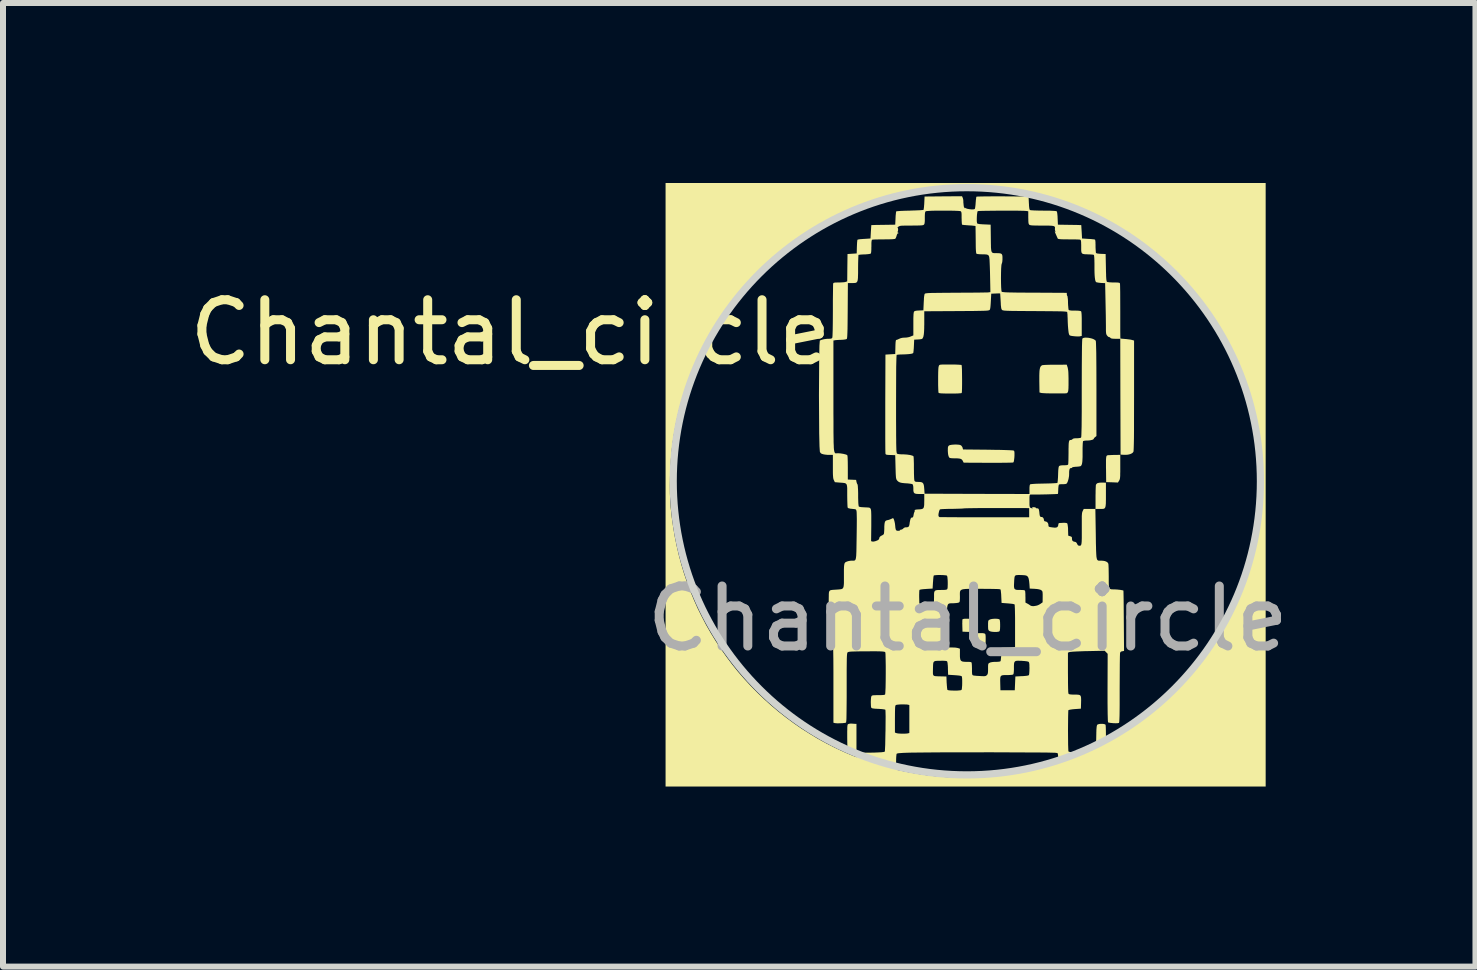
<source format=kicad_pcb>
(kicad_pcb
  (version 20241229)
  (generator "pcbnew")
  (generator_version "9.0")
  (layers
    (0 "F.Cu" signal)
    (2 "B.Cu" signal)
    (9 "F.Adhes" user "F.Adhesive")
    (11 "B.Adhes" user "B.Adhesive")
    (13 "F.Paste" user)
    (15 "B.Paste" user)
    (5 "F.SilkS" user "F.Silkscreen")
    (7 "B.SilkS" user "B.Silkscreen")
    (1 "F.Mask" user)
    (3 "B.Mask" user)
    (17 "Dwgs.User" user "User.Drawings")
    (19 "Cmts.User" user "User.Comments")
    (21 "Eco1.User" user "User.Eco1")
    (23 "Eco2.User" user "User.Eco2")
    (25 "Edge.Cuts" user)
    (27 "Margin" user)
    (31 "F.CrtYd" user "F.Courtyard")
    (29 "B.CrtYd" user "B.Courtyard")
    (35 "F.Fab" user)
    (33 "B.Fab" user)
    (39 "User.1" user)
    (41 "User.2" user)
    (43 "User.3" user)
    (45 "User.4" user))
  (footprint "Chantal_circle"
    (layer "F.Cu")
    (at 13.078 4.76)
    (property "Reference" "Chantal_circle" (at -7.62 -2.27 0) (unlocked yes) (layer "F.SilkS") (effects (font (size 1 1) (thickness 0.15))))
    (attr smd)
    (fp_poly (pts (xy 0 2.5) (xy 0.013 2.501) (xy 0.026 2.502) (xy 0.037 2.504) (xy 0.047 2.506) (xy 0.055 2.509) (xy 0.058 2.511) (xy 0.06 2.512) (xy 0.062 2.514) (xy 0.063 2.516) (xy 0.065 2.521) (xy 0.066 2.53) (xy 0.067 2.541) (xy 0.068 2.553) (xy 0.068 2.583) (xy 0.068 2.615) (xy 0.068 2.647) (xy 0.066 2.676) (xy 0.065 2.688) (xy 0.063 2.698) (xy 0.062 2.705) (xy 0.06 2.709) (xy 0.059 2.711) (xy 0.058 2.712) (xy 0.055 2.713) (xy 0.053 2.715) (xy 0.05 2.716) (xy 0.047 2.717) (xy 0.043 2.717) (xy 0.038 2.718) (xy 0.033 2.718) (xy 0.028 2.719) (xy 0.015 2.719) (xy -0.001 2.719) (xy -0.018 2.719) (xy -0.089 2.716) (xy -0.092 2.621) (xy -0.092 2.602) (xy -0.093 2.583) (xy -0.092 2.565) (xy -0.092 2.55) (xy -0.092 2.536) (xy -0.091 2.525) (xy -0.091 2.517) (xy -0.091 2.515) (xy -0.09 2.513) (xy -0.089 2.511) (xy -0.087 2.509) (xy -0.085 2.508) (xy -0.082 2.507) (xy -0.074 2.504) (xy -0.064 2.502) (xy -0.053 2.501) (xy -0.04 2.5) (xy -0.027 2.5) (xy -0.014 2.5)) (stroke (width 0) (type solid)) (fill yes) (layer "F.SilkS"))
    (fp_poly (pts (xy 2.241 0.232) (xy 2.301 0.233) (xy 2.301 0.437) (xy 2.301 0.517) (xy 2.3 0.549) (xy 2.3 0.576) (xy 2.299 0.588) (xy 2.298 0.599) (xy 2.297 0.609) (xy 2.296 0.618) (xy 2.295 0.626) (xy 2.293 0.633) (xy 2.291 0.64) (xy 2.289 0.645) (xy 2.287 0.65) (xy 2.284 0.654) (xy 2.281 0.658) (xy 2.277 0.661) (xy 2.274 0.664) (xy 2.269 0.666) (xy 2.265 0.667) (xy 2.259 0.669) (xy 2.254 0.67) (xy 2.248 0.67) (xy 2.234 0.671) (xy 2.199 0.671) (xy 2.128 0.671) (xy 2.128 0.481) (xy 2.128 0.443) (xy 2.129 0.406) (xy 2.129 0.372) (xy 2.13 0.342) (xy 2.131 0.316) (xy 2.132 0.295) (xy 2.133 0.28) (xy 2.133 0.275) (xy 2.134 0.272) (xy 2.135 0.27) (xy 2.135 0.268) (xy 2.136 0.266) (xy 2.138 0.263) (xy 2.139 0.261) (xy 2.14 0.259) (xy 2.142 0.257) (xy 2.144 0.255) (xy 2.145 0.253) (xy 2.147 0.251) (xy 2.149 0.249) (xy 2.151 0.247) (xy 2.153 0.245) (xy 2.155 0.244) (xy 2.158 0.243) (xy 2.159 0.242) (xy 2.16 0.242) (xy 2.162 0.241) (xy 2.165 0.24) (xy 2.169 0.239) (xy 2.173 0.238) (xy 2.182 0.236) (xy 2.192 0.234) (xy 2.204 0.233) (xy 2.216 0.232) (xy 2.229 0.232)) (stroke (width 0) (type solid)) (fill yes) (layer "F.SilkS"))
    (fp_poly (pts (xy 2.54 -0.031) (xy 2.54 0.03) (xy 2.54 0.056) (xy 2.539 0.078) (xy 2.539 0.098) (xy 2.539 0.115) (xy 2.538 0.129) (xy 2.537 0.142) (xy 2.536 0.153) (xy 2.535 0.158) (xy 2.535 0.162) (xy 2.534 0.166) (xy 2.533 0.17) (xy 2.532 0.174) (xy 2.531 0.177) (xy 2.53 0.18) (xy 2.529 0.183) (xy 2.528 0.186) (xy 2.527 0.189) (xy 2.524 0.194) (xy 2.521 0.2) (xy 2.501 0.231) (xy 2.403 0.227) (xy 2.305 0.224) (xy 2.303 0.023) (xy 2.302 -0.015) (xy 2.302 -0.049) (xy 2.302 -0.079) (xy 2.302 -0.105) (xy 2.302 -0.117) (xy 2.302 -0.128) (xy 2.302 -0.138) (xy 2.302 -0.148) (xy 2.303 -0.157) (xy 2.303 -0.164) (xy 2.304 -0.172) (xy 2.304 -0.178) (xy 2.305 -0.184) (xy 2.306 -0.19) (xy 2.306 -0.195) (xy 2.307 -0.199) (xy 2.308 -0.203) (xy 2.31 -0.206) (xy 2.31 -0.208) (xy 2.311 -0.209) (xy 2.312 -0.211) (xy 2.312 -0.212) (xy 2.313 -0.213) (xy 2.314 -0.214) (xy 2.314 -0.215) (xy 2.315 -0.216) (xy 2.316 -0.217) (xy 2.317 -0.218) (xy 2.318 -0.219) (xy 2.319 -0.219) (xy 2.32 -0.22) (xy 2.321 -0.22) (xy 2.323 -0.221) (xy 2.325 -0.222) (xy 2.327 -0.223) (xy 2.333 -0.224) (xy 2.341 -0.225) (xy 2.353 -0.226) (xy 2.368 -0.226) (xy 2.403 -0.228) (xy 2.442 -0.229) (xy 2.54 -0.23)) (stroke (width 0) (type solid)) (fill yes) (layer "F.SilkS"))
    (fp_poly (pts (xy -0.268 -1.736) (xy -0.208 -1.735) (xy -0.157 -1.733) (xy -0.12 -1.73) (xy -0.109 -1.729) (xy -0.105 -1.728) (xy -0.103 -1.721) (xy -0.101 -1.705) (xy -0.098 -1.652) (xy -0.097 -1.578) (xy -0.096 -1.494) (xy -0.096 -1.411) (xy -0.097 -1.337) (xy -0.099 -1.284) (xy -0.101 -1.268) (xy -0.103 -1.261) (xy -0.105 -1.26) (xy -0.108 -1.259) (xy -0.119 -1.257) (xy -0.137 -1.256) (xy -0.159 -1.254) (xy -0.187 -1.253) (xy -0.219 -1.252) (xy -0.296 -1.252) (xy -0.346 -1.252) (xy -0.367 -1.252) (xy -0.386 -1.253) (xy -0.403 -1.253) (xy -0.419 -1.254) (xy -0.432 -1.254) (xy -0.444 -1.255) (xy -0.454 -1.256) (xy -0.462 -1.257) (xy -0.469 -1.258) (xy -0.475 -1.259) (xy -0.478 -1.26) (xy -0.48 -1.26) (xy -0.482 -1.261) (xy -0.483 -1.262) (xy -0.485 -1.262) (xy -0.486 -1.263) (xy -0.487 -1.264) (xy -0.488 -1.265) (xy -0.489 -1.272) (xy -0.491 -1.286) (xy -0.493 -1.331) (xy -0.495 -1.392) (xy -0.495 -1.463) (xy -0.495 -1.536) (xy -0.494 -1.603) (xy -0.492 -1.657) (xy -0.489 -1.69) (xy -0.488 -1.696) (xy -0.486 -1.701) (xy -0.485 -1.706) (xy -0.484 -1.71) (xy -0.483 -1.712) (xy -0.483 -1.714) (xy -0.482 -1.716) (xy -0.481 -1.717) (xy -0.481 -1.719) (xy -0.48 -1.72) (xy -0.479 -1.721) (xy -0.478 -1.723) (xy -0.477 -1.724) (xy -0.476 -1.725) (xy -0.475 -1.726) (xy -0.474 -1.727) (xy -0.472 -1.727) (xy -0.471 -1.728) (xy -0.47 -1.729) (xy -0.468 -1.73) (xy -0.467 -1.73) (xy -0.465 -1.731) (xy -0.464 -1.731) (xy -0.462 -1.732) (xy -0.458 -1.733) (xy -0.454 -1.733) (xy -0.444 -1.734) (xy -0.428 -1.735) (xy -0.384 -1.736) (xy -0.329 -1.736)) (stroke (width 0) (type solid)) (fill yes) (layer "F.SilkS"))
    (fp_poly (pts (xy 0.224 2.74) (xy 0.231 2.74) (xy 0.237 2.74) (xy 0.243 2.741) (xy 0.249 2.741) (xy 0.255 2.742) (xy 0.26 2.743) (xy 0.264 2.743) (xy 0.269 2.744) (xy 0.273 2.745) (xy 0.276 2.746) (xy 0.279 2.748) (xy 0.282 2.749) (xy 0.283 2.75) (xy 0.285 2.75) (xy 0.286 2.751) (xy 0.287 2.752) (xy 0.287 2.752) (xy 0.288 2.753) (xy 0.29 2.755) (xy 0.291 2.758) (xy 0.292 2.761) (xy 0.293 2.765) (xy 0.294 2.77) (xy 0.295 2.775) (xy 0.296 2.787) (xy 0.297 2.802) (xy 0.297 2.819) (xy 0.297 2.839) (xy 0.297 2.861) (xy 0.294 2.955) (xy 0.229 2.958) (xy 0.221 2.959) (xy 0.214 2.959) (xy 0.207 2.959) (xy 0.201 2.959) (xy 0.194 2.958) (xy 0.188 2.958) (xy 0.182 2.958) (xy 0.177 2.957) (xy 0.172 2.957) (xy 0.168 2.956) (xy 0.163 2.955) (xy 0.16 2.954) (xy 0.156 2.953) (xy 0.153 2.952) (xy 0.151 2.951) (xy 0.15 2.95) (xy 0.149 2.95) (xy 0.148 2.948) (xy 0.146 2.946) (xy 0.144 2.939) (xy 0.142 2.931) (xy 0.14 2.92) (xy 0.138 2.909) (xy 0.137 2.895) (xy 0.136 2.881) (xy 0.135 2.867) (xy 0.135 2.852) (xy 0.136 2.837) (xy 0.136 2.822) (xy 0.137 2.808) (xy 0.139 2.795) (xy 0.141 2.783) (xy 0.143 2.773) (xy 0.145 2.765) (xy 0.147 2.761) (xy 0.149 2.757) (xy 0.15 2.754) (xy 0.152 2.751) (xy 0.154 2.749) (xy 0.156 2.747) (xy 0.158 2.746) (xy 0.159 2.745) (xy 0.163 2.744) (xy 0.166 2.743) (xy 0.171 2.742) (xy 0.176 2.741) (xy 0.182 2.741) (xy 0.189 2.74) (xy 0.197 2.74) (xy 0.216 2.74)) (stroke (width 0) (type solid)) (fill yes) (layer "F.SilkS"))
    (fp_poly (pts (xy 1.664 -1.684) (xy 1.667 -1.669) (xy 1.67 -1.651) (xy 1.673 -1.631) (xy 1.675 -1.606) (xy 1.676 -1.578) (xy 1.677 -1.544) (xy 1.678 -1.505) (xy 1.678 -1.459) (xy 1.678 -1.424) (xy 1.678 -1.393) (xy 1.677 -1.366) (xy 1.677 -1.343) (xy 1.676 -1.333) (xy 1.675 -1.324) (xy 1.675 -1.315) (xy 1.674 -1.307) (xy 1.673 -1.3) (xy 1.672 -1.293) (xy 1.67 -1.287) (xy 1.669 -1.282) (xy 1.667 -1.278) (xy 1.665 -1.273) (xy 1.663 -1.27) (xy 1.66 -1.267) (xy 1.657 -1.264) (xy 1.654 -1.262) (xy 1.651 -1.26) (xy 1.648 -1.258) (xy 1.644 -1.257) (xy 1.64 -1.256) (xy 1.635 -1.256) (xy 1.631 -1.255) (xy 1.626 -1.255) (xy 1.62 -1.255) (xy 1.608 -1.254) (xy 1.534 -1.254) (xy 1.465 -1.254) (xy 1.403 -1.254) (xy 1.348 -1.255) (xy 1.302 -1.256) (xy 1.265 -1.258) (xy 1.238 -1.26) (xy 1.229 -1.261) (xy 1.223 -1.262) (xy 1.194 -1.27) (xy 1.191 -1.457) (xy 1.191 -1.493) (xy 1.191 -1.526) (xy 1.191 -1.555) (xy 1.192 -1.582) (xy 1.192 -1.594) (xy 1.193 -1.605) (xy 1.193 -1.616) (xy 1.194 -1.626) (xy 1.195 -1.636) (xy 1.196 -1.644) (xy 1.197 -1.653) (xy 1.199 -1.66) (xy 1.2 -1.667) (xy 1.202 -1.674) (xy 1.203 -1.68) (xy 1.205 -1.685) (xy 1.207 -1.691) (xy 1.209 -1.695) (xy 1.212 -1.7) (xy 1.214 -1.703) (xy 1.217 -1.707) (xy 1.219 -1.71) (xy 1.222 -1.713) (xy 1.226 -1.716) (xy 1.229 -1.718) (xy 1.233 -1.72) (xy 1.236 -1.722) (xy 1.24 -1.724) (xy 1.243 -1.725) (xy 1.248 -1.726) (xy 1.264 -1.727) (xy 1.285 -1.729) (xy 1.312 -1.73) (xy 1.378 -1.732) (xy 1.455 -1.732) (xy 1.648 -1.733)) (stroke (width 0) (type solid)) (fill yes) (layer "F.SilkS"))
    (fp_poly (pts (xy -1.944 4.248) (xy -1.941 4.248) (xy -1.938 4.248) (xy -1.882 4.252) (xy -1.856 4.253) (xy -1.856 4.723) (xy -1.924 4.723) (xy -1.933 4.723) (xy -1.942 4.722) (xy -1.951 4.722) (xy -1.958 4.722) (xy -1.961 4.722) (xy -1.964 4.721) (xy -1.967 4.721) (xy -1.97 4.721) (xy -1.973 4.721) (xy -1.975 4.72) (xy -1.977 4.72) (xy -1.979 4.719) (xy -1.981 4.719) (xy -1.983 4.718) (xy -1.985 4.718) (xy -1.987 4.717) (xy -1.988 4.716) (xy -1.99 4.715) (xy -1.991 4.715) (xy -1.992 4.714) (xy -1.994 4.713) (xy -1.995 4.712) (xy -1.996 4.711) (xy -1.997 4.71) (xy -1.998 4.708) (xy -1.999 4.707) (xy -1.999 4.706) (xy -2 4.704) (xy -2.001 4.701) (xy -2.002 4.696) (xy -2.004 4.682) (xy -2.006 4.66) (xy -2.007 4.633) (xy -2.009 4.562) (xy -2.01 4.474) (xy -2.01 4.404) (xy -2.01 4.376) (xy -2.009 4.351) (xy -2.009 4.341) (xy -2.009 4.331) (xy -2.009 4.322) (xy -2.009 4.314) (xy -2.008 4.306) (xy -2.008 4.299) (xy -2.007 4.293) (xy -2.007 4.288) (xy -2.006 4.283) (xy -2.006 4.279) (xy -2.005 4.275) (xy -2.005 4.273) (xy -2.004 4.271) (xy -2.004 4.27) (xy -2.004 4.269) (xy -2.003 4.267) (xy -2.003 4.266) (xy -2.002 4.265) (xy -2.002 4.264) (xy -2.001 4.263) (xy -2 4.262) (xy -2 4.261) (xy -1.999 4.261) (xy -1.999 4.26) (xy -1.998 4.259) (xy -1.997 4.259) (xy -1.997 4.258) (xy -1.996 4.258) (xy -1.995 4.257) (xy -1.993 4.256) (xy -1.992 4.256) (xy -1.988 4.254) (xy -1.985 4.253) (xy -1.983 4.253) (xy -1.98 4.252) (xy -1.977 4.251) (xy -1.974 4.25) (xy -1.971 4.25) (xy -1.968 4.249) (xy -1.964 4.249) (xy -1.961 4.248) (xy -1.957 4.248) (xy -1.954 4.248) (xy -1.951 4.248) (xy -1.947 4.248)) (stroke (width 0) (type solid)) (fill yes) (layer "F.SilkS"))
    (fp_poly (pts (xy 0.476 2.501) (xy 0.488 2.502) (xy 0.499 2.503) (xy 0.508 2.505) (xy 0.516 2.507) (xy 0.52 2.508) (xy 0.522 2.509) (xy 0.525 2.51) (xy 0.527 2.512) (xy 0.528 2.514) (xy 0.529 2.516) (xy 0.531 2.519) (xy 0.532 2.523) (xy 0.533 2.527) (xy 0.534 2.532) (xy 0.535 2.544) (xy 0.537 2.557) (xy 0.537 2.573) (xy 0.538 2.591) (xy 0.538 2.611) (xy 0.538 2.621) (xy 0.538 2.63) (xy 0.538 2.639) (xy 0.537 2.648) (xy 0.537 2.656) (xy 0.537 2.664) (xy 0.536 2.671) (xy 0.535 2.677) (xy 0.535 2.684) (xy 0.534 2.689) (xy 0.533 2.694) (xy 0.532 2.698) (xy 0.531 2.702) (xy 0.529 2.705) (xy 0.529 2.706) (xy 0.528 2.707) (xy 0.527 2.708) (xy 0.527 2.709) (xy 0.525 2.711) (xy 0.522 2.712) (xy 0.516 2.715) (xy 0.507 2.717) (xy 0.497 2.718) (xy 0.486 2.72) (xy 0.474 2.72) (xy 0.461 2.721) (xy 0.448 2.721) (xy 0.434 2.72) (xy 0.421 2.719) (xy 0.408 2.718) (xy 0.396 2.716) (xy 0.385 2.714) (xy 0.375 2.711) (xy 0.367 2.709) (xy 0.364 2.707) (xy 0.361 2.705) (xy 0.357 2.703) (xy 0.354 2.7) (xy 0.351 2.698) (xy 0.348 2.695) (xy 0.346 2.692) (xy 0.344 2.688) (xy 0.342 2.685) (xy 0.341 2.68) (xy 0.34 2.675) (xy 0.339 2.669) (xy 0.338 2.662) (xy 0.338 2.654) (xy 0.337 2.635) (xy 0.337 2.61) (xy 0.337 2.596) (xy 0.337 2.584) (xy 0.337 2.573) (xy 0.338 2.564) (xy 0.338 2.56) (xy 0.338 2.556) (xy 0.338 2.553) (xy 0.339 2.549) (xy 0.339 2.546) (xy 0.34 2.544) (xy 0.34 2.541) (xy 0.341 2.539) (xy 0.341 2.536) (xy 0.342 2.534) (xy 0.343 2.533) (xy 0.344 2.531) (xy 0.345 2.529) (xy 0.346 2.528) (xy 0.347 2.526) (xy 0.349 2.525) (xy 0.35 2.524) (xy 0.352 2.523) (xy 0.353 2.522) (xy 0.355 2.52) (xy 0.359 2.518) (xy 0.364 2.516) (xy 0.367 2.514) (xy 0.371 2.512) (xy 0.379 2.51) (xy 0.389 2.507) (xy 0.4 2.505) (xy 0.412 2.503) (xy 0.425 2.502) (xy 0.438 2.501) (xy 0.451 2.501) (xy 0.464 2.501)) (stroke (width 0) (type solid)) (fill yes) (layer "F.SilkS"))
    (fp_poly (pts (xy -0.19 -0.402) (xy -0.175 -0.401) (xy -0.161 -0.4) (xy -0.149 -0.399) (xy -0.137 -0.397) (xy -0.128 -0.394) (xy -0.12 -0.391) (xy -0.118 -0.39) (xy -0.115 -0.389) (xy -0.113 -0.387) (xy -0.111 -0.385) (xy -0.108 -0.383) (xy -0.106 -0.38) (xy -0.104 -0.378) (xy -0.102 -0.375) (xy -0.1 -0.372) (xy -0.098 -0.37) (xy -0.096 -0.367) (xy -0.094 -0.363) (xy -0.092 -0.36) (xy -0.091 -0.357) (xy -0.089 -0.354) (xy -0.088 -0.351) (xy -0.08 -0.32) (xy 0.339 -0.316) (xy 0.444 -0.314) (xy 0.533 -0.313) (xy 0.606 -0.311) (xy 0.664 -0.309) (xy 0.709 -0.307) (xy 0.726 -0.306) (xy 0.741 -0.305) (xy 0.752 -0.304) (xy 0.76 -0.302) (xy 0.766 -0.301) (xy 0.768 -0.3) (xy 0.769 -0.299) (xy 0.77 -0.297) (xy 0.772 -0.295) (xy 0.774 -0.287) (xy 0.776 -0.276) (xy 0.777 -0.264) (xy 0.777 -0.249) (xy 0.777 -0.233) (xy 0.777 -0.217) (xy 0.776 -0.2) (xy 0.775 -0.183) (xy 0.773 -0.167) (xy 0.771 -0.151) (xy 0.769 -0.137) (xy 0.767 -0.125) (xy 0.764 -0.115) (xy 0.761 -0.108) (xy 0.759 -0.106) (xy 0.757 -0.104) (xy 0.747 -0.102) (xy 0.722 -0.101) (xy 0.632 -0.099) (xy 0.501 -0.098) (xy 0.337 -0.098) (xy -0.069 -0.1) (xy -0.082 -0.124) (xy -0.085 -0.131) (xy -0.089 -0.138) (xy -0.093 -0.143) (xy -0.098 -0.149) (xy -0.102 -0.153) (xy -0.107 -0.157) (xy -0.113 -0.16) (xy -0.12 -0.163) (xy -0.127 -0.166) (xy -0.135 -0.167) (xy -0.144 -0.169) (xy -0.154 -0.17) (xy -0.166 -0.171) (xy -0.178 -0.172) (xy -0.192 -0.172) (xy -0.208 -0.172) (xy -0.225 -0.172) (xy -0.241 -0.173) (xy -0.256 -0.173) (xy -0.269 -0.174) (xy -0.281 -0.176) (xy -0.286 -0.176) (xy -0.291 -0.177) (xy -0.295 -0.178) (xy -0.298 -0.178) (xy -0.3 -0.179) (xy -0.302 -0.18) (xy -0.306 -0.182) (xy -0.309 -0.186) (xy -0.312 -0.19) (xy -0.315 -0.195) (xy -0.318 -0.201) (xy -0.321 -0.207) (xy -0.323 -0.215) (xy -0.325 -0.222) (xy -0.327 -0.231) (xy -0.329 -0.24) (xy -0.33 -0.25) (xy -0.331 -0.26) (xy -0.332 -0.271) (xy -0.333 -0.282) (xy -0.333 -0.294) (xy -0.334 -0.306) (xy -0.333 -0.316) (xy -0.333 -0.326) (xy -0.333 -0.334) (xy -0.333 -0.341) (xy -0.333 -0.345) (xy -0.332 -0.348) (xy -0.332 -0.351) (xy -0.332 -0.354) (xy -0.331 -0.356) (xy -0.331 -0.359) (xy -0.33 -0.361) (xy -0.33 -0.363) (xy -0.329 -0.365) (xy -0.329 -0.367) (xy -0.328 -0.369) (xy -0.327 -0.371) (xy -0.326 -0.372) (xy -0.325 -0.374) (xy -0.324 -0.375) (xy -0.323 -0.377) (xy -0.322 -0.378) (xy -0.321 -0.379) (xy -0.32 -0.381) (xy -0.319 -0.382) (xy -0.317 -0.383) (xy -0.316 -0.384) (xy -0.314 -0.385) (xy -0.312 -0.387) (xy -0.31 -0.388) (xy -0.306 -0.39) (xy -0.298 -0.393) (xy -0.288 -0.395) (xy -0.276 -0.397) (xy -0.263 -0.399) (xy -0.249 -0.4) (xy -0.235 -0.401) (xy -0.22 -0.402) (xy -0.205 -0.402)) (stroke (width 0) (type solid)) (fill yes) (layer "F.SilkS"))
    (fp_poly (pts (xy 4.963 5.297) (xy -5.037 5.297) (xy -5.037 5.017) (xy -1.196 5.017) (xy -1.124 5.032) (xy -0.973 5.063) (xy -0.822 5.089) (xy -0.672 5.111) (xy -0.523 5.128) (xy -0.373 5.14) (xy -0.224 5.148) (xy -0.076 5.151) (xy 0.073 5.15) (xy 0.222 5.144) (xy 0.37 5.133) (xy 0.519 5.117) (xy 0.667 5.097) (xy 0.816 5.073) (xy 0.965 5.043) (xy 1.114 5.009) (xy 1.263 4.971) (xy 1.321 4.954) (xy 1.376 4.938) (xy 1.423 4.924) (xy 1.441 4.918) (xy 1.454 4.913) (xy 1.506 4.894) (xy 1.506 4.825) (xy 1.506 4.818) (xy 1.505 4.811) (xy 1.505 4.804) (xy 1.505 4.797) (xy 1.504 4.79) (xy 1.504 4.784) (xy 1.503 4.778) (xy 1.503 4.772) (xy 1.502 4.766) (xy 1.501 4.761) (xy 1.5 4.757) (xy 1.5 4.753) (xy 1.499 4.749) (xy 1.498 4.746) (xy 1.497 4.744) (xy 1.496 4.742) (xy 1.486 4.738) (xy 1.455 4.734) (xy 1.3 4.73) (xy 0.378 4.726) (xy -0.06 4.727) (xy -0.41 4.727) (xy -0.682 4.729) (xy -0.884 4.731) (xy -0.962 4.732) (xy -1.026 4.734) (xy -1.078 4.736) (xy -1.118 4.739) (xy -1.148 4.741) (xy -1.168 4.744) (xy -1.175 4.746) (xy -1.18 4.748) (xy -1.184 4.749) (xy -1.186 4.751) (xy -1.187 4.753) (xy -1.188 4.757) (xy -1.19 4.767) (xy -1.191 4.781) (xy -1.193 4.798) (xy -1.194 4.819) (xy -1.195 4.841) (xy -1.195 4.866) (xy -1.196 4.891) (xy -1.196 5.017) (xy -5.037 5.017) (xy -5.037 0.28) (xy -4.966 0.28) (xy -4.965 0.415) (xy -4.96 0.538) (xy -4.952 0.647) (xy -4.934 0.811) (xy -4.911 0.973) (xy -4.884 1.133) (xy -4.852 1.289) (xy -4.816 1.444) (xy -4.775 1.596) (xy -4.73 1.746) (xy -4.68 1.893) (xy -4.626 2.039) (xy -4.567 2.182) (xy -4.504 2.324) (xy -4.435 2.463) (xy -4.363 2.601) (xy -4.285 2.737) (xy -4.203 2.871) (xy -4.116 3.003) (xy -4.025 3.132) (xy -3.93 3.259) (xy -3.831 3.382) (xy -3.727 3.502) (xy -3.62 3.618) (xy -3.509 3.731) (xy -3.394 3.841) (xy -3.276 3.947) (xy -3.155 4.049) (xy -3.03 4.147) (xy -2.903 4.241) (xy -2.773 4.331) (xy -2.639 4.416) (xy -2.504 4.498) (xy -2.366 4.574) (xy -2.225 4.646) (xy -2.171 4.672) (xy -2.115 4.698) (xy -2.059 4.724) (xy -2.006 4.747) (xy -1.957 4.768) (xy -1.915 4.785) (xy -1.883 4.798) (xy -1.87 4.802) (xy -1.861 4.805) (xy -1.857 4.806) (xy -1.854 4.807) (xy -1.851 4.807) (xy -1.848 4.807) (xy -1.847 4.807) (xy -1.846 4.807) (xy -1.845 4.807) (xy -1.844 4.807) (xy -1.843 4.806) (xy -1.842 4.806) (xy -1.841 4.805) (xy -1.841 4.804) (xy -1.84 4.803) (xy -1.84 4.802) (xy -1.839 4.801) (xy -1.839 4.8) (xy -1.838 4.797) (xy -1.838 4.793) (xy -1.838 4.789) (xy -1.837 4.784) (xy -1.837 4.771) (xy -1.837 4.732) (xy -1.681 4.732) (xy -1.617 4.732) (xy -1.56 4.731) (xy -1.511 4.729) (xy -1.469 4.727) (xy -1.451 4.726) (xy -1.436 4.725) (xy -1.422 4.723) (xy -1.41 4.722) (xy -1.4 4.72) (xy -1.393 4.718) (xy -1.388 4.716) (xy -1.386 4.715) (xy -1.384 4.714) (xy -1.382 4.705) (xy -1.381 4.682) (xy -1.377 4.603) (xy -1.373 4.397) (xy -1.215 4.397) (xy -1.19 4.407) (xy -1.184 4.408) (xy -1.175 4.41) (xy -1.165 4.412) (xy -1.153 4.413) (xy -1.126 4.415) (xy -1.096 4.416) (xy -1.066 4.416) (xy -1.037 4.415) (xy -1.025 4.414) (xy -1.013 4.413) (xy -1.004 4.412) (xy -0.996 4.41) (xy -0.975 4.405) (xy -0.975 3.939) (xy -0.996 3.933) (xy -1.004 3.932) (xy -1.014 3.93) (xy -1.027 3.929) (xy -1.04 3.929) (xy -1.071 3.928) (xy -1.104 3.928) (xy -1.136 3.929) (xy -1.164 3.932) (xy -1.176 3.933) (xy -1.185 3.935) (xy -1.193 3.936) (xy -1.197 3.938) (xy -1.2 3.94) (xy -1.203 3.942) (xy -1.205 3.945) (xy -1.207 3.95) (xy -1.208 3.955) (xy -1.21 3.962) (xy -1.212 3.982) (xy -1.213 4.011) (xy -1.214 4.051) (xy -1.215 4.173) (xy -1.215 4.397) (xy -1.373 4.397) (xy -1.372 4.367) (xy -1.37 4.131) (xy -1.372 4.051) (xy -1.373 4.028) (xy -1.375 4.018) (xy -1.376 4.016) (xy -1.378 4.015) (xy -1.382 4.014) (xy -1.386 4.013) (xy -1.397 4.011) (xy -1.41 4.009) (xy -1.427 4.007) (xy -1.446 4.005) (xy -1.467 4.004) (xy -1.491 4.002) (xy -1.505 4.002) (xy -1.518 4.001) (xy -1.531 4) (xy -1.542 4) (xy -1.552 3.999) (xy -1.561 3.998) (xy -1.57 3.997) (xy -1.577 3.996) (xy -1.584 3.995) (xy -1.589 3.994) (xy -1.592 3.993) (xy -1.594 3.992) (xy -1.596 3.992) (xy -1.598 3.991) (xy -1.6 3.99) (xy -1.602 3.989) (xy -1.603 3.989) (xy -1.605 3.988) (xy -1.606 3.987) (xy -1.607 3.986) (xy -1.608 3.985) (xy -1.608 3.984) (xy -1.61 3.979) (xy -1.612 3.972) (xy -1.614 3.962) (xy -1.615 3.95) (xy -1.616 3.922) (xy -1.617 3.89) (xy -1.616 3.858) (xy -1.614 3.83) (xy -1.613 3.817) (xy -1.611 3.807) (xy -1.609 3.798) (xy -1.607 3.793) (xy -1.606 3.79) (xy -1.604 3.787) (xy -1.601 3.785) (xy -1.599 3.783) (xy -1.596 3.781) (xy -1.592 3.78) (xy -1.587 3.778) (xy -1.582 3.777) (xy -1.575 3.776) (xy -1.568 3.776) (xy -1.55 3.775) (xy -1.525 3.774) (xy -1.494 3.774) (xy -1.482 3.774) (xy -1.47 3.774) (xy -1.459 3.774) (xy -1.449 3.774) (xy -1.439 3.773) (xy -1.43 3.773) (xy -1.422 3.772) (xy -1.414 3.771) (xy -1.407 3.771) (xy -1.401 3.77) (xy -1.396 3.769) (xy -1.391 3.768) (xy -1.387 3.767) (xy -1.384 3.766) (xy -1.382 3.765) (xy -1.381 3.764) (xy -1.38 3.764) (xy -1.379 3.763) (xy -1.377 3.753) (xy -1.375 3.73) (xy -1.371 3.65) (xy -1.369 3.539) (xy -1.368 3.413) (xy -1.368 3.394) (xy -0.582 3.394) (xy -0.582 3.409) (xy -0.581 3.421) (xy -0.58 3.427) (xy -0.579 3.431) (xy -0.577 3.436) (xy -0.575 3.44) (xy -0.573 3.443) (xy -0.571 3.446) (xy -0.568 3.449) (xy -0.564 3.451) (xy -0.56 3.453) (xy -0.555 3.454) (xy -0.55 3.456) (xy -0.545 3.457) (xy -0.531 3.458) (xy -0.515 3.459) (xy -0.496 3.46) (xy -0.448 3.461) (xy -0.357 3.463) (xy -0.353 3.568) (xy -0.351 3.59) (xy -0.35 3.61) (xy -0.348 3.629) (xy -0.347 3.646) (xy -0.345 3.661) (xy -0.343 3.673) (xy -0.343 3.677) (xy -0.342 3.681) (xy -0.341 3.684) (xy -0.34 3.685) (xy -0.339 3.687) (xy -0.336 3.688) (xy -0.328 3.691) (xy -0.316 3.693) (xy -0.301 3.695) (xy -0.284 3.696) (xy -0.266 3.697) (xy -0.225 3.698) (xy -0.184 3.698) (xy -0.165 3.697) (xy -0.148 3.695) (xy -0.132 3.694) (xy -0.12 3.692) (xy -0.111 3.689) (xy -0.108 3.688) (xy -0.106 3.686) (xy -0.104 3.684) (xy -0.103 3.682) (xy -0.101 3.673) (xy -0.099 3.662) (xy -0.098 3.648) (xy -0.095 3.614) (xy -0.094 3.576) (xy -0.094 3.537) (xy -0.094 3.532) (xy 0.539 3.532) (xy 0.54 3.578) (xy 0.543 3.693) (xy 0.782 3.693) (xy 0.787 3.578) (xy 0.792 3.463) (xy 0.901 3.457) (xy 0.915 3.457) (xy 0.928 3.456) (xy 0.94 3.455) (xy 0.951 3.454) (xy 0.961 3.453) (xy 0.971 3.452) (xy 0.979 3.451) (xy 0.987 3.45) (xy 0.993 3.449) (xy 0.999 3.447) (xy 1.004 3.446) (xy 1.008 3.445) (xy 1.01 3.444) (xy 1.012 3.443) (xy 1.013 3.442) (xy 1.015 3.442) (xy 1.016 3.441) (xy 1.017 3.44) (xy 1.017 3.439) (xy 1.018 3.438) (xy 1.019 3.436) (xy 1.02 3.433) (xy 1.021 3.425) (xy 1.023 3.414) (xy 1.024 3.4) (xy 1.025 3.384) (xy 1.026 3.366) (xy 1.026 3.348) (xy 1.027 3.328) (xy 1.027 3.315) (xy 1.026 3.302) (xy 1.026 3.291) (xy 1.026 3.281) (xy 1.026 3.271) (xy 1.025 3.263) (xy 1.025 3.256) (xy 1.024 3.249) (xy 1.023 3.243) (xy 1.022 3.24) (xy 1.022 3.238) (xy 1.021 3.235) (xy 1.021 3.233) (xy 1.02 3.231) (xy 1.019 3.229) (xy 1.019 3.228) (xy 1.018 3.226) (xy 1.017 3.225) (xy 1.016 3.223) (xy 1.015 3.222) (xy 1.014 3.221) (xy 1.013 3.22) (xy 1.012 3.219) (xy 1.01 3.218) (xy 1.008 3.216) (xy 1.004 3.215) (xy 0.999 3.214) (xy 0.988 3.211) (xy 0.974 3.209) (xy 0.958 3.207) (xy 0.94 3.205) (xy 0.92 3.204) (xy 0.899 3.202) (xy 0.856 3.201) (xy 0.839 3.2) (xy 0.824 3.201) (xy 0.818 3.201) (xy 0.812 3.202) (xy 0.806 3.203) (xy 0.801 3.204) (xy 0.796 3.206) (xy 0.792 3.208) (xy 0.788 3.21) (xy 0.785 3.213) (xy 0.782 3.216) (xy 0.78 3.219) (xy 0.777 3.223) (xy 0.775 3.228) (xy 0.774 3.232) (xy 0.772 3.238) (xy 0.771 3.244) (xy 0.77 3.25) (xy 0.769 3.265) (xy 0.768 3.281) (xy 0.768 3.323) (xy 0.768 3.334) (xy 0.768 3.344) (xy 0.768 3.354) (xy 0.767 3.363) (xy 0.767 3.372) (xy 0.766 3.38) (xy 0.766 3.388) (xy 0.765 3.395) (xy 0.764 3.401) (xy 0.764 3.407) (xy 0.763 3.412) (xy 0.762 3.416) (xy 0.76 3.42) (xy 0.759 3.423) (xy 0.759 3.425) (xy 0.758 3.426) (xy 0.757 3.427) (xy 0.757 3.428) (xy 0.755 3.429) (xy 0.752 3.43) (xy 0.749 3.431) (xy 0.746 3.433) (xy 0.741 3.434) (xy 0.736 3.435) (xy 0.725 3.436) (xy 0.711 3.437) (xy 0.695 3.438) (xy 0.677 3.439) (xy 0.658 3.439) (xy 0.617 3.439) (xy 0.601 3.44) (xy 0.587 3.441) (xy 0.581 3.442) (xy 0.576 3.443) (xy 0.571 3.444) (xy 0.566 3.446) (xy 0.562 3.448) (xy 0.558 3.45) (xy 0.555 3.453) (xy 0.552 3.456) (xy 0.549 3.459) (xy 0.547 3.463) (xy 0.545 3.467) (xy 0.544 3.472) (xy 0.542 3.477) (xy 0.541 3.483) (xy 0.54 3.497) (xy 0.539 3.513) (xy 0.539 3.532) (xy -0.094 3.532) (xy -0.095 3.502) (xy -0.096 3.487) (xy -0.098 3.475) (xy -0.1 3.466) (xy -0.102 3.46) (xy -0.103 3.459) (xy -0.105 3.457) (xy -0.108 3.456) (xy -0.112 3.455) (xy -0.117 3.453) (xy -0.122 3.452) (xy -0.135 3.449) (xy -0.152 3.447) (xy -0.171 3.445) (xy -0.194 3.443) (xy -0.22 3.441) (xy -0.329 3.434) (xy -0.332 3.33) (xy -0.332 3.319) (xy -0.332 3.308) (xy -0.333 3.298) (xy -0.333 3.288) (xy -0.335 3.269) (xy -0.336 3.26) (xy -0.337 3.252) (xy -0.337 3.244) (xy -0.338 3.237) (xy -0.34 3.231) (xy -0.341 3.225) (xy -0.342 3.22) (xy -0.343 3.217) (xy -0.344 3.214) (xy -0.344 3.213) (xy -0.345 3.212) (xy -0.347 3.211) (xy -0.349 3.209) (xy -0.351 3.208) (xy -0.354 3.207) (xy -0.358 3.205) (xy -0.363 3.204) (xy -0.368 3.204) (xy -0.373 3.203) (xy -0.387 3.202) (xy -0.403 3.201) (xy -0.421 3.2) (xy -0.443 3.201) (xy -0.489 3.201) (xy -0.508 3.202) (xy -0.524 3.203) (xy -0.537 3.204) (xy -0.543 3.205) (xy -0.548 3.207) (xy -0.553 3.209) (xy -0.557 3.211) (xy -0.561 3.213) (xy -0.564 3.216) (xy -0.567 3.219) (xy -0.569 3.222) (xy -0.572 3.226) (xy -0.573 3.231) (xy -0.575 3.236) (xy -0.576 3.241) (xy -0.577 3.247) (xy -0.578 3.254) (xy -0.579 3.269) (xy -0.58 3.287) (xy -0.581 3.332) (xy -0.582 3.376) (xy -0.582 3.394) (xy -1.368 3.394) (xy -1.368 3.287) (xy -1.37 3.175) (xy -1.372 3.094) (xy -1.374 3.069) (xy -1.377 3.058) (xy -1.379 3.055) (xy -1.384 3.053) (xy -1.401 3.049) (xy -1.43 3.046) (xy -1.47 3.044) (xy -1.526 3.043) (xy -1.596 3.043) (xy -1.791 3.044) (xy -1.847 3.045) (xy -1.871 3.046) (xy -1.892 3.046) (xy -1.911 3.047) (xy -1.928 3.047) (xy -1.942 3.048) (xy -1.955 3.049) (xy -1.966 3.05) (xy -1.975 3.051) (xy -1.979 3.052) (xy -1.982 3.053) (xy -1.986 3.053) (xy -1.989 3.054) (xy -1.991 3.055) (xy -1.994 3.056) (xy -1.996 3.057) (xy -1.998 3.057) (xy -2 3.058) (xy -2.001 3.059) (xy -2.003 3.061) (xy -2.004 3.062) (xy -2.009 3.07) (xy -2.012 3.088) (xy -2.015 3.12) (xy -2.017 3.17) (xy -2.019 3.345) (xy -2.019 3.649) (xy -2.019 3.802) (xy -2.02 3.928) (xy -2.021 4.028) (xy -2.022 4.105) (xy -2.023 4.162) (xy -2.024 4.183) (xy -2.025 4.2) (xy -2.027 4.213) (xy -2.028 4.223) (xy -2.029 4.228) (xy -2.03 4.23) (xy -2.031 4.231) (xy -2.035 4.233) (xy -2.042 4.235) (xy -2.052 4.237) (xy -2.063 4.238) (xy -2.09 4.241) (xy -2.121 4.242) (xy -2.152 4.243) (xy -2.18 4.243) (xy -2.193 4.242) (xy -2.204 4.241) (xy -2.213 4.24) (xy -2.22 4.239) (xy -2.24 4.233) (xy -2.24 3.623) (xy -2.24 3.385) (xy -2.241 3.186) (xy -2.243 3.048) (xy -2.244 3.008) (xy -2.245 2.991) (xy -2.246 2.988) (xy -2.247 2.986) (xy -2.249 2.984) (xy -2.25 2.981) (xy -2.252 2.979) (xy -2.254 2.976) (xy -2.256 2.974) (xy -2.259 2.971) (xy -2.261 2.969) (xy -2.264 2.967) (xy -2.267 2.964) (xy -2.27 2.962) (xy -2.273 2.96) (xy -2.277 2.959) (xy -2.28 2.957) (xy -2.284 2.955) (xy -2.315 2.942) (xy -2.317 2.742) (xy -0.351 2.742) (xy -0.351 2.8) (xy -0.351 2.85) (xy -0.35 2.89) (xy -0.348 2.92) (xy -0.347 2.932) (xy -0.346 2.941) (xy -0.345 2.948) (xy -0.344 2.952) (xy -0.342 2.957) (xy -0.341 2.961) (xy -0.339 2.965) (xy -0.337 2.968) (xy -0.335 2.97) (xy -0.334 2.971) (xy -0.332 2.972) (xy -0.331 2.973) (xy -0.329 2.974) (xy -0.326 2.976) (xy -0.321 2.977) (xy -0.316 2.978) (xy -0.31 2.978) (xy -0.304 2.979) (xy -0.295 2.979) (xy -0.286 2.979) (xy -0.264 2.979) (xy -0.249 2.98) (xy -0.234 2.98) (xy -0.219 2.981) (xy -0.205 2.982) (xy -0.191 2.984) (xy -0.18 2.986) (xy -0.174 2.987) (xy -0.17 2.988) (xy -0.166 2.989) (xy -0.162 2.99) (xy -0.132 3) (xy -0.132 3.089) (xy -0.132 3.11) (xy -0.132 3.128) (xy -0.131 3.145) (xy -0.129 3.159) (xy -0.128 3.166) (xy -0.127 3.172) (xy -0.126 3.177) (xy -0.124 3.182) (xy -0.122 3.187) (xy -0.12 3.191) (xy -0.117 3.195) (xy -0.115 3.199) (xy -0.111 3.202) (xy -0.108 3.204) (xy -0.104 3.207) (xy -0.1 3.209) (xy -0.096 3.211) (xy -0.091 3.213) (xy -0.086 3.214) (xy -0.08 3.215) (xy -0.074 3.216) (xy -0.068 3.217) (xy -0.053 3.218) (xy -0.037 3.219) (xy -0.018 3.219) (xy -0.008 3.219) (xy 0.002 3.219) (xy 0.011 3.219) (xy 0.019 3.219) (xy 0.026 3.22) (xy 0.03 3.22) (xy 0.033 3.22) (xy 0.036 3.221) (xy 0.038 3.221) (xy 0.041 3.221) (xy 0.043 3.222) (xy 0.045 3.222) (xy 0.047 3.223) (xy 0.049 3.223) (xy 0.051 3.224) (xy 0.053 3.224) (xy 0.054 3.225) (xy 0.056 3.226) (xy 0.057 3.226) (xy 0.058 3.227) (xy 0.059 3.228) (xy 0.06 3.229) (xy 0.061 3.23) (xy 0.061 3.231) (xy 0.062 3.232) (xy 0.063 3.233) (xy 0.063 3.234) (xy 0.064 3.239) (xy 0.065 3.248) (xy 0.066 3.259) (xy 0.067 3.273) (xy 0.068 3.288) (xy 0.068 3.306) (xy 0.069 3.324) (xy 0.069 3.343) (xy 0.069 3.358) (xy 0.069 3.37) (xy 0.069 3.382) (xy 0.069 3.392) (xy 0.07 3.397) (xy 0.07 3.401) (xy 0.07 3.405) (xy 0.07 3.409) (xy 0.071 3.412) (xy 0.071 3.416) (xy 0.072 3.419) (xy 0.072 3.422) (xy 0.073 3.424) (xy 0.073 3.427) (xy 0.074 3.429) (xy 0.074 3.431) (xy 0.075 3.433) (xy 0.076 3.434) (xy 0.076 3.436) (xy 0.077 3.437) (xy 0.078 3.438) (xy 0.079 3.439) (xy 0.08 3.44) (xy 0.081 3.441) (xy 0.082 3.442) (xy 0.083 3.443) (xy 0.085 3.443) (xy 0.086 3.444) (xy 0.088 3.445) (xy 0.091 3.445) (xy 0.1 3.447) (xy 0.112 3.449) (xy 0.126 3.45) (xy 0.142 3.452) (xy 0.16 3.453) (xy 0.179 3.454) (xy 0.199 3.455) (xy 0.215 3.456) (xy 0.229 3.457) (xy 0.242 3.457) (xy 0.253 3.458) (xy 0.262 3.458) (xy 0.267 3.458) (xy 0.271 3.458) (xy 0.275 3.458) (xy 0.278 3.457) (xy 0.281 3.457) (xy 0.285 3.457) (xy 0.287 3.456) (xy 0.29 3.456) (xy 0.293 3.455) (xy 0.295 3.455) (xy 0.297 3.454) (xy 0.299 3.453) (xy 0.301 3.452) (xy 0.303 3.451) (xy 0.305 3.45) (xy 0.307 3.449) (xy 0.308 3.448) (xy 0.31 3.446) (xy 0.312 3.445) (xy 0.313 3.443) (xy 0.317 3.44) (xy 0.32 3.437) (xy 0.323 3.434) (xy 0.325 3.43) (xy 0.327 3.427) (xy 0.329 3.423) (xy 0.331 3.419) (xy 0.332 3.414) (xy 0.333 3.408) (xy 0.334 3.402) (xy 0.335 3.396) (xy 0.336 3.388) (xy 0.336 3.379) (xy 0.337 3.359) (xy 0.337 3.334) (xy 0.337 3.306) (xy 0.337 3.294) (xy 0.337 3.284) (xy 0.338 3.28) (xy 0.338 3.276) (xy 0.338 3.272) (xy 0.339 3.268) (xy 0.339 3.265) (xy 0.339 3.262) (xy 0.34 3.259) (xy 0.341 3.257) (xy 0.341 3.255) (xy 0.342 3.252) (xy 0.343 3.251) (xy 0.344 3.249) (xy 0.345 3.247) (xy 0.346 3.246) (xy 0.348 3.244) (xy 0.349 3.243) (xy 0.351 3.242) (xy 0.352 3.24) (xy 0.354 3.239) (xy 0.356 3.238) (xy 0.361 3.236) (xy 0.366 3.233) (xy 0.369 3.232) (xy 0.373 3.23) (xy 0.377 3.229) (xy 0.382 3.227) (xy 0.387 3.226) (xy 0.393 3.225) (xy 0.405 3.223) (xy 0.418 3.221) (xy 0.433 3.22) (xy 0.449 3.219) (xy 0.465 3.219) (xy 0.474 3.219) (xy 0.482 3.219) (xy 0.49 3.218) (xy 0.497 3.218) (xy 0.504 3.218) (xy 0.51 3.217) (xy 0.516 3.216) (xy 0.521 3.216) (xy 0.526 3.215) (xy 0.53 3.214) (xy 0.534 3.213) (xy 0.535 3.212) (xy 0.537 3.212) (xy 0.538 3.211) (xy 0.54 3.211) (xy 0.541 3.21) (xy 0.542 3.209) (xy 0.543 3.209) (xy 0.544 3.208) (xy 0.544 3.207) (xy 0.545 3.206) (xy 0.546 3.205) (xy 0.546 3.202) (xy 0.548 3.194) (xy 0.55 3.182) (xy 0.551 3.167) (xy 0.553 3.15) (xy 0.555 3.131) (xy 0.556 3.111) (xy 0.557 3.089) (xy 0.562 2.984) (xy 0.653 2.982) (xy 0.69 2.981) (xy 0.707 2.98) (xy 0.724 2.979) (xy 0.738 2.978) (xy 0.75 2.977) (xy 0.76 2.976) (xy 0.763 2.975) (xy 0.766 2.975) (xy 0.787 2.97) (xy 0.787 2.622) (xy 0.787 2.487) (xy 0.785 2.374) (xy 0.784 2.33) (xy 0.782 2.296) (xy 0.781 2.273) (xy 0.78 2.267) (xy 0.78 2.264) (xy 0.778 2.262) (xy 0.776 2.261) (xy 0.773 2.26) (xy 0.769 2.258) (xy 0.764 2.257) (xy 0.759 2.256) (xy 0.746 2.253) (xy 0.73 2.251) (xy 0.711 2.249) (xy 0.69 2.247) (xy 0.667 2.245) (xy 0.562 2.237) (xy 0.557 2.132) (xy 0.556 2.11) (xy 0.555 2.089) (xy 0.553 2.07) (xy 0.551 2.053) (xy 0.55 2.039) (xy 0.548 2.027) (xy 0.547 2.022) (xy 0.546 2.018) (xy 0.546 2.016) (xy 0.545 2.014) (xy 0.543 2.012) (xy 0.539 2.011) (xy 0.526 2.008) (xy 0.504 2.006) (xy 0.472 2.005) (xy 0.373 2.003) (xy 0.221 2.002) (xy 0.097 2.002) (xy 0.047 2.002) (xy 0.005 2.003) (xy -0.029 2.004) (xy -0.044 2.005) (xy -0.058 2.007) (xy -0.07 2.008) (xy -0.081 2.01) (xy -0.09 2.012) (xy -0.098 2.015) (xy -0.105 2.018) (xy -0.111 2.021) (xy -0.117 2.025) (xy -0.121 2.03) (xy -0.124 2.035) (xy -0.127 2.04) (xy -0.129 2.046) (xy -0.131 2.053) (xy -0.132 2.06) (xy -0.132 2.068) (xy -0.133 2.086) (xy -0.132 2.132) (xy -0.132 2.147) (xy -0.132 2.161) (xy -0.133 2.173) (xy -0.133 2.183) (xy -0.133 2.188) (xy -0.133 2.192) (xy -0.134 2.196) (xy -0.134 2.2) (xy -0.134 2.203) (xy -0.135 2.206) (xy -0.135 2.209) (xy -0.136 2.212) (xy -0.136 2.214) (xy -0.137 2.216) (xy -0.138 2.218) (xy -0.138 2.22) (xy -0.139 2.221) (xy -0.14 2.223) (xy -0.141 2.224) (xy -0.142 2.225) (xy -0.144 2.226) (xy -0.145 2.227) (xy -0.146 2.228) (xy -0.148 2.229) (xy -0.15 2.23) (xy -0.151 2.231) (xy -0.155 2.232) (xy -0.158 2.233) (xy -0.162 2.234) (xy -0.17 2.236) (xy -0.18 2.237) (xy -0.192 2.239) (xy -0.205 2.24) (xy -0.218 2.241) (xy -0.232 2.242) (xy -0.246 2.243) (xy -0.282 2.243) (xy -0.296 2.244) (xy -0.308 2.246) (xy -0.318 2.25) (xy -0.322 2.253) (xy -0.326 2.256) (xy -0.33 2.261) (xy -0.333 2.266) (xy -0.338 2.279) (xy -0.342 2.297) (xy -0.345 2.32) (xy -0.347 2.348) (xy -0.348 2.383) (xy -0.351 2.598) (xy -0.351 2.674) (xy -0.351 2.742) (xy -2.317 2.742) (xy -2.318 2.623) (xy -2.319 2.488) (xy -2.32 2.358) (xy -2.319 2.246) (xy -2.318 2.169) (xy -2.317 2.117) (xy -2.317 2.115) (xy -0.811 2.115) (xy -0.811 2.136) (xy -0.808 2.246) (xy -0.774 2.254) (xy -0.771 2.255) (xy -0.767 2.256) (xy -0.764 2.257) (xy -0.76 2.259) (xy -0.756 2.26) (xy -0.753 2.261) (xy -0.749 2.263) (xy -0.746 2.264) (xy -0.743 2.266) (xy -0.74 2.267) (xy -0.737 2.269) (xy -0.734 2.27) (xy -0.731 2.272) (xy -0.729 2.273) (xy -0.727 2.275) (xy -0.725 2.276) (xy -0.723 2.278) (xy -0.721 2.279) (xy -0.719 2.28) (xy -0.716 2.282) (xy -0.712 2.283) (xy -0.709 2.284) (xy -0.705 2.285) (xy -0.701 2.286) (xy -0.696 2.287) (xy -0.692 2.287) (xy -0.687 2.288) (xy -0.682 2.289) (xy -0.676 2.289) (xy -0.671 2.289) (xy -0.666 2.29) (xy -0.66 2.29) (xy -0.653 2.29) (xy -0.646 2.289) (xy -0.64 2.289) (xy -0.634 2.289) (xy -0.629 2.288) (xy -0.624 2.287) (xy -0.622 2.287) (xy -0.62 2.286) (xy -0.618 2.286) (xy -0.615 2.285) (xy -0.613 2.284) (xy -0.612 2.283) (xy -0.61 2.283) (xy -0.608 2.282) (xy -0.606 2.281) (xy -0.604 2.28) (xy -0.602 2.279) (xy -0.601 2.278) (xy -0.599 2.276) (xy -0.597 2.275) (xy -0.594 2.272) (xy -0.591 2.269) (xy -0.587 2.266) (xy -0.583 2.262) (xy -0.58 2.258) (xy -0.577 2.255) (xy -0.574 2.251) (xy -0.572 2.247) (xy -0.57 2.242) (xy -0.568 2.237) (xy -0.567 2.231) (xy -0.566 2.225) (xy -0.565 2.217) (xy -0.565 2.208) (xy -0.564 2.198) (xy -0.564 2.174) (xy -0.563 2.142) (xy -0.563 2.102) (xy -0.563 2.086) (xy -0.562 2.072) (xy -0.561 2.066) (xy -0.56 2.06) (xy -0.559 2.055) (xy -0.557 2.051) (xy -0.555 2.046) (xy -0.553 2.043) (xy -0.551 2.039) (xy -0.548 2.036) (xy -0.545 2.034) (xy -0.542 2.031) (xy -0.538 2.029) (xy -0.534 2.028) (xy -0.529 2.026) (xy -0.524 2.025) (xy -0.518 2.024) (xy -0.512 2.023) (xy -0.498 2.022) (xy -0.482 2.022) (xy -0.441 2.021) (xy -0.429 2.021) (xy -0.418 2.021) (xy -0.408 2.021) (xy -0.399 2.021) (xy -0.391 2.02) (xy -0.384 2.02) (xy -0.377 2.019) (xy -0.371 2.018) (xy -0.365 2.017) (xy -0.361 2.016) (xy -0.358 2.016) (xy -0.356 2.015) (xy -0.355 2.014) (xy -0.353 2.014) (xy -0.351 2.013) (xy -0.35 2.012) (xy -0.348 2.012) (xy -0.347 2.011) (xy -0.346 2.01) (xy -0.345 2.009) (xy -0.344 2.008) (xy -0.343 2.007) (xy -0.342 2.005) (xy -0.341 2.002) (xy -0.339 1.994) (xy -0.337 1.983) (xy -0.336 1.969) (xy -0.336 1.953) (xy 0.769 1.953) (xy 0.769 1.966) (xy 0.77 1.973) (xy 0.771 1.978) (xy 0.772 1.984) (xy 0.773 1.989) (xy 0.774 1.993) (xy 0.776 1.997) (xy 0.778 2.001) (xy 0.78 2.004) (xy 0.783 2.007) (xy 0.786 2.009) (xy 0.79 2.011) (xy 0.793 2.013) (xy 0.797 2.015) (xy 0.802 2.016) (xy 0.807 2.018) (xy 0.812 2.019) (xy 0.818 2.02) (xy 0.825 2.02) (xy 0.839 2.021) (xy 0.855 2.021) (xy 0.873 2.021) (xy 0.884 2.021) (xy 0.894 2.022) (xy 0.902 2.022) (xy 0.91 2.022) (xy 0.917 2.023) (xy 0.921 2.023) (xy 0.924 2.023) (xy 0.927 2.023) (xy 0.929 2.024) (xy 0.932 2.024) (xy 0.934 2.024) (xy 0.936 2.025) (xy 0.938 2.025) (xy 0.94 2.026) (xy 0.942 2.026) (xy 0.944 2.027) (xy 0.945 2.028) (xy 0.946 2.028) (xy 0.948 2.029) (xy 0.949 2.03) (xy 0.95 2.031) (xy 0.951 2.032) (xy 0.951 2.033) (xy 0.952 2.034) (xy 0.953 2.035) (xy 0.953 2.036) (xy 0.954 2.037) (xy 0.955 2.042) (xy 0.956 2.05) (xy 0.957 2.061) (xy 0.958 2.074) (xy 0.959 2.089) (xy 0.959 2.106) (xy 0.959 2.124) (xy 0.96 2.142) (xy 0.96 2.231) (xy 0.991 2.248) (xy 0.998 2.251) (xy 1.004 2.255) (xy 1.011 2.259) (xy 1.018 2.263) (xy 1.024 2.267) (xy 1.029 2.271) (xy 1.032 2.272) (xy 1.034 2.274) (xy 1.036 2.276) (xy 1.038 2.277) (xy 1.041 2.279) (xy 1.044 2.281) (xy 1.048 2.283) (xy 1.051 2.285) (xy 1.06 2.287) (xy 1.069 2.289) (xy 1.079 2.29) (xy 1.091 2.29) (xy 1.102 2.29) (xy 1.114 2.288) (xy 1.126 2.286) (xy 1.139 2.284) (xy 1.151 2.281) (xy 1.163 2.277) (xy 1.175 2.272) (xy 1.186 2.267) (xy 1.196 2.261) (xy 1.206 2.255) (xy 1.246 2.227) (xy 1.247 2.134) (xy 1.247 2.118) (xy 1.247 2.104) (xy 1.247 2.092) (xy 1.246 2.081) (xy 1.246 2.076) (xy 1.246 2.072) (xy 1.246 2.068) (xy 1.245 2.064) (xy 1.245 2.06) (xy 1.244 2.057) (xy 1.244 2.054) (xy 1.243 2.051) (xy 1.243 2.049) (xy 1.242 2.047) (xy 1.241 2.044) (xy 1.24 2.042) (xy 1.239 2.04) (xy 1.238 2.039) (xy 1.237 2.037) (xy 1.236 2.036) (xy 1.234 2.034) (xy 1.233 2.033) (xy 1.231 2.031) (xy 1.229 2.03) (xy 1.227 2.029) (xy 1.225 2.027) (xy 1.221 2.024) (xy 1.218 2.022) (xy 1.214 2.02) (xy 1.21 2.018) (xy 1.205 2.016) (xy 1.2 2.015) (xy 1.194 2.013) (xy 1.188 2.012) (xy 1.182 2.01) (xy 1.175 2.009) (xy 1.168 2.008) (xy 1.152 2.005) (xy 1.134 2.004) (xy 1.114 2.002) (xy 1.031 1.998) (xy 1.026 1.921) (xy 1.024 1.904) (xy 1.023 1.889) (xy 1.021 1.875) (xy 1.02 1.868) (xy 1.019 1.862) (xy 1.018 1.856) (xy 1.017 1.85) (xy 1.016 1.845) (xy 1.015 1.839) (xy 1.014 1.834) (xy 1.012 1.83) (xy 1.011 1.825) (xy 1.01 1.821) (xy 1.008 1.817) (xy 1.006 1.814) (xy 1.005 1.81) (xy 1.003 1.807) (xy 1.001 1.804) (xy 0.999 1.801) (xy 0.997 1.798) (xy 0.995 1.796) (xy 0.993 1.794) (xy 0.99 1.791) (xy 0.988 1.79) (xy 0.985 1.788) (xy 0.983 1.786) (xy 0.98 1.785) (xy 0.977 1.783) (xy 0.974 1.782) (xy 0.971 1.781) (xy 0.967 1.78) (xy 0.958 1.778) (xy 0.946 1.776) (xy 0.932 1.775) (xy 0.918 1.774) (xy 0.902 1.773) (xy 0.885 1.773) (xy 0.869 1.772) (xy 0.838 1.772) (xy 0.825 1.773) (xy 0.815 1.774) (xy 0.81 1.774) (xy 0.806 1.775) (xy 0.802 1.776) (xy 0.798 1.778) (xy 0.795 1.779) (xy 0.792 1.781) (xy 0.79 1.784) (xy 0.787 1.786) (xy 0.785 1.789) (xy 0.783 1.793) (xy 0.782 1.796) (xy 0.78 1.801) (xy 0.779 1.805) (xy 0.778 1.811) (xy 0.776 1.823) (xy 0.775 1.837) (xy 0.773 1.854) (xy 0.771 1.897) (xy 0.77 1.918) (xy 0.769 1.936) (xy 0.769 1.953) (xy -0.336 1.953) (xy -0.335 1.936) (xy -0.335 1.898) (xy -0.336 1.86) (xy -0.339 1.826) (xy -0.34 1.811) (xy -0.342 1.799) (xy -0.345 1.79) (xy -0.347 1.784) (xy -0.348 1.783) (xy -0.351 1.781) (xy -0.359 1.779) (xy -0.37 1.777) (xy -0.384 1.776) (xy -0.4 1.774) (xy -0.418 1.773) (xy -0.458 1.772) (xy -0.497 1.772) (xy -0.515 1.773) (xy -0.531 1.774) (xy -0.545 1.776) (xy -0.557 1.777) (xy -0.564 1.779) (xy -0.567 1.781) (xy -0.568 1.782) (xy -0.569 1.784) (xy -0.57 1.786) (xy -0.571 1.794) (xy -0.573 1.805) (xy -0.575 1.819) (xy -0.576 1.836) (xy -0.578 1.854) (xy -0.579 1.874) (xy -0.581 1.895) (xy -0.587 1.998) (xy -0.692 2.004) (xy -0.702 2.005) (xy -0.713 2.006) (xy -0.733 2.007) (xy -0.752 2.009) (xy -0.768 2.011) (xy -0.775 2.012) (xy -0.782 2.013) (xy -0.788 2.014) (xy -0.793 2.016) (xy -0.797 2.017) (xy -0.801 2.018) (xy -0.803 2.019) (xy -0.804 2.019) (xy -0.805 2.02) (xy -0.806 2.021) (xy -0.806 2.024) (xy -0.807 2.027) (xy -0.808 2.031) (xy -0.809 2.043) (xy -0.81 2.057) (xy -0.81 2.075) (xy -0.811 2.094) (xy -0.811 2.115) (xy -2.317 2.115) (xy -2.317 2.097) (xy -2.316 2.08) (xy -2.315 2.065) (xy -2.314 2.059) (xy -2.312 2.053) (xy -2.311 2.048) (xy -2.309 2.044) (xy -2.306 2.04) (xy -2.304 2.036) (xy -2.301 2.033) (xy -2.297 2.03) (xy -2.293 2.028) (xy -2.289 2.026) (xy -2.284 2.024) (xy -2.278 2.023) (xy -2.272 2.022) (xy -2.265 2.021) (xy -2.25 2.019) (xy -2.231 2.018) (xy -2.185 2.015) (xy -2.144 2.012) (xy -2.128 2.01) (xy -2.114 2.008) (xy -2.108 2.007) (xy -2.102 2.005) (xy -2.097 2.003) (xy -2.092 2) (xy -2.088 1.997) (xy -2.084 1.994) (xy -2.081 1.99) (xy -2.078 1.985) (xy -2.076 1.98) (xy -2.073 1.974) (xy -2.072 1.968) (xy -2.07 1.961) (xy -2.068 1.944) (xy -2.066 1.924) (xy -2.065 1.901) (xy -2.065 1.873) (xy -2.065 1.804) (xy -2.065 1.728) (xy -2.065 1.697) (xy -2.065 1.67) (xy -2.064 1.658) (xy -2.064 1.647) (xy -2.063 1.637) (xy -2.063 1.627) (xy -2.062 1.619) (xy -2.061 1.611) (xy -2.06 1.604) (xy -2.059 1.598) (xy -2.058 1.592) (xy -2.057 1.587) (xy -2.055 1.582) (xy -2.054 1.578) (xy -2.052 1.574) (xy -2.05 1.571) (xy -2.048 1.568) (xy -2.046 1.565) (xy -2.043 1.563) (xy -2.04 1.56) (xy -2.037 1.558) (xy -2.034 1.556) (xy -2.03 1.555) (xy -2.027 1.553) (xy -2.018 1.549) (xy -2.014 1.548) (xy -2.01 1.546) (xy -2.005 1.545) (xy -2.001 1.543) (xy -1.99 1.54) (xy -1.979 1.538) (xy -1.968 1.536) (xy -1.957 1.534) (xy -1.952 1.534) (xy -1.947 1.533) (xy -1.942 1.533) (xy -1.937 1.533) (xy -1.91 1.533) (xy -1.899 1.533) (xy -1.89 1.531) (xy -1.882 1.527) (xy -1.875 1.52) (xy -1.87 1.509) (xy -1.866 1.494) (xy -1.863 1.474) (xy -1.86 1.448) (xy -1.857 1.375) (xy -1.853 1.129) (xy -1.851 0.976) (xy -1.85 0.846) (xy -1.851 0.794) (xy -1.852 0.753) (xy -1.853 0.724) (xy -1.854 0.715) (xy -1.855 0.709) (xy -1.857 0.698) (xy -1.859 0.694) (xy -1.86 0.69) (xy -1.862 0.686) (xy -1.863 0.685) (xy -1.864 0.684) (xy -1.865 0.682) (xy -1.866 0.681) (xy -1.868 0.68) (xy -1.869 0.679) (xy -1.871 0.678) (xy -1.873 0.677) (xy -1.878 0.676) (xy -1.883 0.675) (xy -1.89 0.674) (xy -1.897 0.673) (xy -1.906 0.672) (xy -1.927 0.67) (xy -1.935 0.669) (xy -1.942 0.668) (xy -1.949 0.667) (xy -1.955 0.667) (xy -1.961 0.666) (xy -1.967 0.664) (xy -1.972 0.663) (xy -1.977 0.662) (xy -1.982 0.661) (xy -1.986 0.66) (xy -1.99 0.658) (xy -1.993 0.657) (xy -1.996 0.655) (xy -1.997 0.655) (xy -1.998 0.654) (xy -1.999 0.653) (xy -2 0.652) (xy -2.001 0.652) (xy -2.001 0.651) (xy -2.002 0.648) (xy -2.003 0.644) (xy -2.005 0.631) (xy -2.006 0.611) (xy -2.007 0.586) (xy -2.009 0.523) (xy -2.01 0.449) (xy -2.01 0.376) (xy -2.01 0.347) (xy -2.01 0.323) (xy -2.012 0.302) (xy -2.013 0.293) (xy -2.014 0.285) (xy -2.016 0.278) (xy -2.017 0.272) (xy -2.019 0.266) (xy -2.022 0.261) (xy -2.025 0.257) (xy -2.028 0.253) (xy -2.032 0.249) (xy -2.036 0.247) (xy -2.041 0.244) (xy -2.046 0.242) (xy -2.052 0.24) (xy -2.058 0.239) (xy -2.065 0.238) (xy -2.073 0.237) (xy -2.09 0.235) (xy -2.133 0.232) (xy -2.216 0.225) (xy -2.232 0.192) (xy -2.237 0.181) (xy -2.239 0.174) (xy -2.241 0.168) (xy -2.244 0.151) (xy -2.246 0.129) (xy -2.248 0.101) (xy -2.249 0.065) (xy -2.249 0.02) (xy -2.249 -0.036) (xy -2.249 -0.23) (xy -2.308 -0.23) (xy -2.32 -0.23) (xy -2.333 -0.23) (xy -2.347 -0.231) (xy -2.361 -0.233) (xy -2.375 -0.234) (xy -2.388 -0.236) (xy -2.399 -0.238) (xy -2.409 -0.24) (xy -2.416 -0.242) (xy -2.421 -0.244) (xy -2.427 -0.245) (xy -2.431 -0.247) (xy -2.436 -0.249) (xy -2.438 -0.25) (xy -2.44 -0.251) (xy -2.442 -0.252) (xy -2.443 -0.253) (xy -2.445 -0.254) (xy -2.447 -0.255) (xy -2.448 -0.257) (xy -2.45 -0.258) (xy -2.451 -0.259) (xy -2.453 -0.261) (xy -2.454 -0.262) (xy -2.455 -0.264) (xy -2.456 -0.265) (xy -2.457 -0.267) (xy -2.459 -0.269) (xy -2.46 -0.27) (xy -2.462 -0.274) (xy -2.464 -0.279) (xy -2.466 -0.283) (xy -2.472 -0.375) (xy -2.477 -0.589) (xy -2.481 -1.219) (xy -2.481 -1.221) (xy -2.24 -1.221) (xy -2.24 -0.924) (xy -2.239 -0.802) (xy -2.239 -0.698) (xy -2.239 -0.608) (xy -2.238 -0.533) (xy -2.237 -0.47) (xy -2.237 -0.443) (xy -2.236 -0.419) (xy -2.235 -0.397) (xy -2.234 -0.378) (xy -2.234 -0.36) (xy -2.233 -0.345) (xy -2.232 -0.331) (xy -2.231 -0.32) (xy -2.229 -0.309) (xy -2.228 -0.301) (xy -2.226 -0.293) (xy -2.225 -0.286) (xy -2.223 -0.281) (xy -2.221 -0.276) (xy -2.219 -0.271) (xy -2.217 -0.267) (xy -2.215 -0.263) (xy -2.213 -0.259) (xy -2.213 -0.259) (xy -2.212 -0.259) (xy -2.212 -0.258) (xy -2.21 -0.258) (xy -2.209 -0.257) (xy -2.207 -0.257) (xy -2.205 -0.257) (xy -2.2 -0.256) (xy -2.194 -0.256) (xy -2.187 -0.256) (xy -2.179 -0.257) (xy -2.172 -0.257) (xy -2.163 -0.257) (xy -2.153 -0.257) (xy -2.142 -0.256) (xy -2.131 -0.255) (xy -2.119 -0.254) (xy -2.107 -0.252) (xy -2.094 -0.25) (xy -2.082 -0.248) (xy -2.07 -0.246) (xy -2.059 -0.243) (xy -2.048 -0.24) (xy -2.039 -0.238) (xy -2.03 -0.235) (xy -2.022 -0.232) (xy -2.016 -0.229) (xy -2.012 -0.227) (xy -2.01 -0.225) (xy -2.009 -0.222) (xy -2.007 -0.218) (xy -2.006 -0.212) (xy -2.004 -0.197) (xy -2.003 -0.175) (xy -2.002 -0.147) (xy -2.001 -0.112) (xy -2 -0.018) (xy -2 0.181) (xy -1.862 0.187) (xy -1.856 0.218) (xy -1.855 0.221) (xy -1.854 0.224) (xy -1.853 0.228) (xy -1.853 0.231) (xy -1.852 0.234) (xy -1.851 0.238) (xy -1.85 0.241) (xy -1.848 0.244) (xy -1.847 0.247) (xy -1.846 0.249) (xy -1.845 0.252) (xy -1.844 0.254) (xy -1.843 0.256) (xy -1.841 0.258) (xy -1.84 0.26) (xy -1.839 0.261) (xy -1.838 0.263) (xy -1.837 0.267) (xy -1.835 0.278) (xy -1.833 0.295) (xy -1.832 0.317) (xy -1.83 0.344) (xy -1.829 0.374) (xy -1.828 0.408) (xy -1.828 0.445) (xy -1.828 0.483) (xy -1.827 0.517) (xy -1.826 0.548) (xy -1.825 0.574) (xy -1.823 0.596) (xy -1.822 0.605) (xy -1.821 0.612) (xy -1.82 0.619) (xy -1.819 0.624) (xy -1.818 0.628) (xy -1.818 0.629) (xy -1.817 0.63) (xy -1.816 0.631) (xy -1.813 0.632) (xy -1.81 0.634) (xy -1.807 0.635) (xy -1.803 0.636) (xy -1.798 0.637) (xy -1.787 0.639) (xy -1.773 0.641) (xy -1.757 0.642) (xy -1.739 0.643) (xy -1.72 0.644) (xy -1.705 0.645) (xy -1.692 0.645) (xy -1.681 0.646) (xy -1.671 0.646) (xy -1.666 0.647) (xy -1.662 0.647) (xy -1.658 0.647) (xy -1.655 0.648) (xy -1.651 0.648) (xy -1.648 0.649) (xy -1.646 0.649) (xy -1.643 0.65) (xy -1.641 0.651) (xy -1.638 0.651) (xy -1.636 0.652) (xy -1.635 0.653) (xy -1.633 0.654) (xy -1.631 0.655) (xy -1.63 0.656) (xy -1.628 0.657) (xy -1.627 0.659) (xy -1.626 0.66) (xy -1.625 0.662) (xy -1.623 0.663) (xy -1.622 0.665) (xy -1.621 0.667) (xy -1.619 0.671) (xy -1.617 0.675) (xy -1.616 0.68) (xy -1.613 0.694) (xy -1.611 0.715) (xy -1.61 0.743) (xy -1.609 0.78) (xy -1.609 0.826) (xy -1.609 0.952) (xy -1.612 1.208) (xy -1.59 1.214) (xy -1.588 1.214) (xy -1.585 1.215) (xy -1.582 1.215) (xy -1.579 1.215) (xy -1.575 1.215) (xy -1.571 1.214) (xy -1.567 1.214) (xy -1.562 1.213) (xy -1.558 1.212) (xy -1.553 1.211) (xy -1.548 1.21) (xy -1.544 1.209) (xy -1.539 1.207) (xy -1.534 1.206) (xy -1.53 1.204) (xy -1.525 1.202) (xy -1.519 1.2) (xy -1.514 1.198) (xy -1.509 1.196) (xy -1.504 1.193) (xy -1.5 1.191) (xy -1.498 1.19) (xy -1.496 1.189) (xy -1.494 1.188) (xy -1.493 1.187) (xy -1.491 1.185) (xy -1.49 1.184) (xy -1.489 1.183) (xy -1.487 1.182) (xy -1.486 1.18) (xy -1.485 1.179) (xy -1.484 1.178) (xy -1.483 1.176) (xy -1.482 1.175) (xy -1.481 1.173) (xy -1.48 1.172) (xy -1.48 1.17) (xy -1.479 1.168) (xy -1.478 1.167) (xy -1.477 1.163) (xy -1.476 1.159) (xy -1.476 1.156) (xy -1.475 1.152) (xy -1.474 1.149) (xy -1.472 1.146) (xy -1.471 1.143) (xy -1.469 1.14) (xy -1.467 1.137) (xy -1.465 1.135) (xy -1.462 1.132) (xy -1.46 1.13) (xy -1.457 1.127) (xy -1.454 1.125) (xy -1.45 1.123) (xy -1.447 1.12) (xy -1.443 1.118) (xy -1.439 1.116) (xy -1.436 1.115) (xy -1.432 1.113) (xy -1.429 1.112) (xy -1.426 1.11) (xy -1.423 1.108) (xy -1.42 1.106) (xy -1.417 1.104) (xy -1.415 1.103) (xy -1.412 1.101) (xy -1.41 1.099) (xy -1.408 1.097) (xy -1.406 1.096) (xy -1.404 1.094) (xy -1.403 1.093) (xy -1.401 1.092) (xy -1.401 1.09) (xy -1.4 1.089) (xy -1.399 1.086) (xy -1.398 1.079) (xy -1.396 1.068) (xy -1.395 1.055) (xy -1.394 1.04) (xy -1.393 1.023) (xy -1.392 1.004) (xy -1.392 0.985) (xy -1.392 0.967) (xy -1.391 0.95) (xy -1.39 0.935) (xy -1.389 0.928) (xy -1.389 0.922) (xy -1.388 0.916) (xy -1.387 0.911) (xy -1.386 0.906) (xy -1.385 0.901) (xy -1.384 0.896) (xy -1.383 0.892) (xy -1.382 0.888) (xy -1.38 0.885) (xy -1.379 0.882) (xy -1.377 0.879) (xy -1.375 0.876) (xy -1.373 0.874) (xy -1.371 0.871) (xy -1.368 0.869) (xy -1.366 0.867) (xy -1.363 0.866) (xy -1.36 0.864) (xy -1.357 0.863) (xy -1.354 0.862) (xy -1.35 0.86) (xy -1.346 0.859) (xy -1.342 0.858) (xy -1.334 0.857) (xy -1.331 0.856) (xy -1.327 0.855) (xy -1.321 0.854) (xy -1.313 0.851) (xy -1.306 0.849) (xy -1.298 0.846) (xy -1.291 0.843) (xy -1.284 0.84) (xy -1.278 0.838) (xy -1.272 0.835) (xy -1.267 0.832) (xy -1.262 0.83) (xy -1.257 0.828) (xy -1.253 0.826) (xy -1.25 0.825) (xy -1.248 0.824) (xy -1.248 0.824) (xy -1.247 0.824) (xy -1.246 0.824) (xy -1.245 0.825) (xy -1.243 0.827) (xy -1.24 0.83) (xy -1.238 0.835) (xy -1.235 0.84) (xy -1.232 0.847) (xy -1.23 0.854) (xy -1.227 0.862) (xy -1.225 0.87) (xy -1.222 0.88) (xy -1.22 0.889) (xy -1.218 0.899) (xy -1.216 0.909) (xy -1.214 0.919) (xy -1.213 0.929) (xy -1.212 0.939) (xy -1.21 0.955) (xy -1.209 0.968) (xy -1.208 0.98) (xy -1.206 0.991) (xy -1.205 0.996) (xy -1.204 1) (xy -1.204 1.004) (xy -1.203 1.008) (xy -1.202 1.011) (xy -1.2 1.014) (xy -1.199 1.017) (xy -1.198 1.02) (xy -1.197 1.022) (xy -1.195 1.024) (xy -1.194 1.026) (xy -1.192 1.028) (xy -1.19 1.029) (xy -1.188 1.03) (xy -1.186 1.031) (xy -1.184 1.032) (xy -1.182 1.033) (xy -1.179 1.033) (xy -1.177 1.034) (xy -1.174 1.034) (xy -1.171 1.035) (xy -1.168 1.035) (xy -1.161 1.035) (xy -1.158 1.035) (xy -1.154 1.035) (xy -1.151 1.034) (xy -1.148 1.034) (xy -1.145 1.034) (xy -1.143 1.033) (xy -1.14 1.033) (xy -1.138 1.032) (xy -1.137 1.032) (xy -1.136 1.031) (xy -1.135 1.031) (xy -1.134 1.03) (xy -1.133 1.03) (xy -1.132 1.03) (xy -1.132 1.029) (xy -1.131 1.029) (xy -1.13 1.028) (xy -1.13 1.028) (xy -1.13 1.028) (xy -1.129 1.027) (xy -1.129 1.027) (xy -1.129 1.026) (xy -1.129 1.026) (xy -1.129 1.025) (xy -1.129 1.025) (xy -1.128 1.024) (xy -1.128 1.024) (xy -1.128 1.023) (xy -1.128 1.023) (xy -1.128 1.022) (xy -1.127 1.022) (xy -1.127 1.021) (xy -1.127 1.021) (xy -1.126 1.021) (xy -1.126 1.02) (xy -1.125 1.019) (xy -1.123 1.018) (xy -1.122 1.018) (xy -1.121 1.017) (xy -1.12 1.017) (xy -1.118 1.016) (xy -1.116 1.016) (xy -1.115 1.016) (xy -1.113 1.016) (xy -1.111 1.016) (xy -1.109 1.016) (xy -1.107 1.015) (xy -1.105 1.015) (xy -1.103 1.014) (xy -1.1 1.013) (xy -1.098 1.012) (xy -1.096 1.011) (xy -1.093 1.01) (xy -1.091 1.009) (xy -1.088 1.007) (xy -1.086 1.006) (xy -1.084 1.004) (xy -1.082 1.002) (xy -1.08 1) (xy -1.078 0.999) (xy -1.076 0.997) (xy -1.074 0.995) (xy -1.072 0.993) (xy -1.07 0.991) (xy -1.067 0.989) (xy -1.065 0.987) (xy -1.063 0.986) (xy -1.06 0.984) (xy -1.058 0.983) (xy -1.055 0.982) (xy -1.052 0.981) (xy -1.05 0.98) (xy -1.047 0.979) (xy -1.045 0.978) (xy -1.043 0.978) (xy -1.041 0.977) (xy -1.038 0.977) (xy -1.029 0.977) (xy -1.021 0.977) (xy -1.014 0.976) (xy -1.01 0.976) (xy -1.007 0.975) (xy -1.004 0.974) (xy -1.001 0.974) (xy -0.998 0.973) (xy -0.996 0.972) (xy -0.994 0.97) (xy -0.992 0.969) (xy -0.989 0.968) (xy -0.988 0.966) (xy -0.986 0.964) (xy -0.984 0.962) (xy -0.983 0.96) (xy -0.981 0.958) (xy -0.98 0.955) (xy -0.979 0.952) (xy -0.978 0.949) (xy -0.977 0.946) (xy -0.975 0.939) (xy -0.973 0.931) (xy -0.972 0.922) (xy -0.97 0.912) (xy -0.969 0.9) (xy -0.967 0.889) (xy -0.965 0.878) (xy -0.964 0.873) (xy -0.963 0.868) (xy -0.962 0.864) (xy -0.961 0.859) (xy -0.96 0.855) (xy -0.959 0.851) (xy -0.958 0.848) (xy -0.957 0.844) (xy -0.956 0.841) (xy -0.955 0.838) (xy -0.954 0.835) (xy -0.953 0.832) (xy -0.951 0.83) (xy -0.95 0.828) (xy -0.949 0.825) (xy -0.948 0.824) (xy -0.946 0.822) (xy -0.945 0.82) (xy -0.944 0.819) (xy -0.942 0.818) (xy -0.941 0.817) (xy -0.939 0.816) (xy -0.938 0.815) (xy -0.936 0.815) (xy -0.935 0.815) (xy -0.933 0.815) (xy -0.93 0.814) (xy -0.927 0.814) (xy -0.924 0.814) (xy -0.922 0.813) (xy -0.921 0.812) (xy -0.92 0.812) (xy -0.918 0.811) (xy -0.918 0.81) (xy -0.917 0.809) (xy -0.916 0.808) (xy -0.914 0.806) (xy -0.912 0.803) (xy -0.911 0.799) (xy -0.91 0.796) (xy -0.908 0.791) (xy -0.907 0.786) (xy -0.906 0.78) (xy -0.905 0.776) (xy -0.49 0.776) (xy -0.489 0.782) (xy -0.489 0.787) (xy -0.488 0.788) (xy -0.488 0.789) (xy -0.488 0.789) (xy -0.488 0.79) (xy -0.487 0.791) (xy -0.487 0.792) (xy -0.486 0.794) (xy -0.485 0.795) (xy -0.484 0.797) (xy -0.483 0.798) (xy -0.482 0.8) (xy -0.48 0.801) (xy -0.479 0.802) (xy -0.477 0.803) (xy -0.476 0.804) (xy -0.474 0.805) (xy -0.473 0.806) (xy -0.472 0.806) (xy -0.471 0.806) (xy -0.47 0.807) (xy -0.47 0.807) (xy -0.241 0.809) (xy 0.284 0.81) (xy 1.022 0.81) (xy 1.022 0.657) (xy 0.524 0.656) (xy 0.324 0.656) (xy 0.148 0.657) (xy 0.015 0.659) (xy -0.029 0.66) (xy -0.056 0.661) (xy -0.075 0.663) (xy -0.1 0.665) (xy -0.16 0.667) (xy -0.227 0.669) (xy -0.295 0.67) (xy -0.327 0.67) (xy -0.357 0.671) (xy -0.385 0.672) (xy -0.41 0.673) (xy -0.431 0.674) (xy -0.447 0.676) (xy -0.454 0.676) (xy -0.458 0.677) (xy -0.462 0.678) (xy -0.464 0.679) (xy -0.465 0.679) (xy -0.466 0.681) (xy -0.469 0.684) (xy -0.471 0.689) (xy -0.474 0.695) (xy -0.476 0.702) (xy -0.479 0.71) (xy -0.481 0.718) (xy -0.483 0.727) (xy -0.485 0.736) (xy -0.487 0.744) (xy -0.488 0.753) (xy -0.489 0.761) (xy -0.49 0.769) (xy -0.49 0.776) (xy -0.905 0.776) (xy -0.905 0.774) (xy -0.903 0.767) (xy -0.903 0.763) (xy -0.902 0.76) (xy -0.901 0.753) (xy -0.899 0.746) (xy -0.897 0.739) (xy -0.895 0.733) (xy -0.893 0.727) (xy -0.892 0.725) (xy -0.891 0.723) (xy -0.89 0.721) (xy -0.889 0.719) (xy -0.888 0.717) (xy -0.887 0.715) (xy -0.887 0.713) (xy -0.886 0.712) (xy -0.886 0.71) (xy -0.885 0.708) (xy -0.885 0.707) (xy -0.884 0.705) (xy -0.884 0.704) (xy -0.884 0.703) (xy -0.884 0.702) (xy -0.884 0.702) (xy -0.884 0.701) (xy -0.884 0.701) (xy -0.884 0.7) (xy -0.884 0.7) (xy -0.885 0.699) (xy -0.885 0.699) (xy -0.885 0.698) (xy -0.885 0.698) (xy -0.886 0.697) (xy -0.886 0.697) (xy -0.886 0.697) (xy -0.887 0.695) (xy -0.888 0.694) (xy -0.888 0.693) (xy -0.888 0.692) (xy -0.887 0.692) (xy -0.886 0.69) (xy -0.884 0.689) (xy -0.882 0.687) (xy -0.878 0.686) (xy -0.874 0.685) (xy -0.868 0.683) (xy -0.862 0.682) (xy -0.856 0.681) (xy -0.848 0.68) (xy -0.83 0.679) (xy -0.809 0.678) (xy -0.795 0.677) (xy -0.783 0.675) (xy -0.772 0.674) (xy -0.763 0.671) (xy -0.759 0.67) (xy -0.755 0.668) (xy -0.752 0.666) (xy -0.748 0.664) (xy -0.746 0.662) (xy -0.743 0.659) (xy -0.74 0.656) (xy -0.738 0.652) (xy -0.736 0.648) (xy -0.735 0.644) (xy -0.733 0.64) (xy -0.732 0.634) (xy -0.73 0.623) (xy -0.728 0.609) (xy -0.727 0.593) (xy -0.727 0.575) (xy -0.726 0.53) (xy -0.726 0.422) (xy -0.802 0.422) (xy -0.819 0.422) (xy -0.834 0.421) (xy -0.848 0.421) (xy -0.859 0.419) (xy -0.865 0.418) (xy -0.869 0.417) (xy -0.874 0.416) (xy -0.878 0.415) (xy -0.882 0.413) (xy -0.885 0.412) (xy -0.888 0.41) (xy -0.891 0.407) (xy -0.894 0.405) (xy -0.896 0.402) (xy -0.898 0.399) (xy -0.9 0.396) (xy -0.902 0.393) (xy -0.903 0.389) (xy -0.904 0.385) (xy -0.905 0.38) (xy -0.906 0.375) (xy -0.907 0.37) (xy -0.908 0.359) (xy -0.908 0.346) (xy -0.908 0.332) (xy -0.908 0.324) (xy -0.908 0.317) (xy -0.909 0.311) (xy -0.909 0.305) (xy -0.91 0.299) (xy -0.91 0.293) (xy -0.911 0.288) (xy -0.912 0.284) (xy -0.913 0.279) (xy -0.914 0.275) (xy -0.915 0.272) (xy -0.916 0.269) (xy -0.917 0.266) (xy -0.918 0.265) (xy -0.919 0.264) (xy -0.919 0.263) (xy -0.92 0.262) (xy -0.921 0.261) (xy -0.922 0.26) (xy -0.923 0.259) (xy -0.926 0.258) (xy -0.929 0.257) (xy -0.934 0.255) (xy -0.944 0.253) (xy -0.957 0.251) (xy -0.972 0.249) (xy -0.988 0.247) (xy -1.006 0.245) (xy -1.024 0.244) (xy -1.042 0.243) (xy -1.058 0.242) (xy -1.072 0.24) (xy -1.086 0.239) (xy -1.098 0.237) (xy -1.104 0.236) (xy -1.109 0.235) (xy -1.114 0.234) (xy -1.119 0.233) (xy -1.124 0.231) (xy -1.128 0.23) (xy -1.132 0.229) (xy -1.137 0.227) (xy -1.14 0.225) (xy -1.144 0.223) (xy -1.148 0.222) (xy -1.151 0.22) (xy -1.155 0.217) (xy -1.158 0.215) (xy -1.161 0.213) (xy -1.164 0.21) (xy -1.167 0.208) (xy -1.17 0.205) (xy -1.173 0.202) (xy -1.176 0.199) (xy -1.181 0.192) (xy -1.184 0.188) (xy -1.187 0.184) (xy -1.189 0.179) (xy -1.192 0.174) (xy -1.193 0.167) (xy -1.195 0.16) (xy -1.197 0.151) (xy -1.198 0.141) (xy -1.2 0.114) (xy -1.202 0.078) (xy -1.205 -0.028) (xy -1.21 -0.225) (xy -1.288 -0.228) (xy -1.301 -0.228) (xy -1.313 -0.229) (xy -1.323 -0.229) (xy -1.332 -0.23) (xy -1.336 -0.23) (xy -1.339 -0.231) (xy -1.343 -0.231) (xy -1.346 -0.231) (xy -1.349 -0.232) (xy -1.351 -0.232) (xy -1.354 -0.233) (xy -1.356 -0.233) (xy -1.358 -0.234) (xy -1.36 -0.235) (xy -1.362 -0.236) (xy -1.363 -0.236) (xy -1.365 -0.237) (xy -1.366 -0.238) (xy -1.367 -0.239) (xy -1.368 -0.24) (xy -1.369 -0.241) (xy -1.369 -0.242) (xy -1.37 -0.244) (xy -1.371 -0.245) (xy -1.371 -0.247) (xy -1.372 -0.248) (xy -1.372 -0.25) (xy -1.373 -0.252) (xy -1.375 -0.324) (xy -1.376 -0.506) (xy -1.376 -1.087) (xy -1.373 -1.901) (xy -1.291 -1.906) (xy -1.21 -1.911) (xy -1.207 -2.028) (xy -1.207 -2.044) (xy -1.206 -2.058) (xy -1.206 -2.071) (xy -1.205 -2.083) (xy -1.205 -2.094) (xy -1.204 -2.103) (xy -1.203 -2.112) (xy -1.202 -2.119) (xy -1.202 -2.126) (xy -1.201 -2.128) (xy -1.201 -2.131) (xy -1.2 -2.133) (xy -1.199 -2.135) (xy -1.199 -2.137) (xy -1.198 -2.139) (xy -1.198 -2.141) (xy -1.197 -2.142) (xy -1.196 -2.143) (xy -1.196 -2.144) (xy -1.195 -2.144) (xy -1.194 -2.145) (xy -1.193 -2.145) (xy -1.193 -2.145) (xy -1.191 -2.145) (xy -1.19 -2.146) (xy -1.187 -2.146) (xy -1.185 -2.147) (xy -1.18 -2.148) (xy -1.173 -2.151) (xy -1.166 -2.154) (xy -1.159 -2.157) (xy -1.151 -2.161) (xy -1.143 -2.164) (xy -1.138 -2.167) (xy -1.133 -2.169) (xy -1.128 -2.171) (xy -1.123 -2.173) (xy -1.118 -2.174) (xy -1.112 -2.176) (xy -1.107 -2.177) (xy -1.101 -2.179) (xy -1.095 -2.18) (xy -1.089 -2.181) (xy -1.083 -2.182) (xy -1.077 -2.182) (xy -1.07 -2.183) (xy -1.064 -2.183) (xy -1.058 -2.183) (xy -1.051 -2.184) (xy -1.045 -2.184) (xy -1.038 -2.184) (xy -1.032 -2.184) (xy -1.025 -2.185) (xy -1.019 -2.186) (xy -1.012 -2.187) (xy -1.006 -2.188) (xy -0.999 -2.189) (xy -0.993 -2.19) (xy -0.986 -2.192) (xy -0.98 -2.193) (xy -0.974 -2.195) (xy -0.968 -2.197) (xy -0.963 -2.199) (xy -0.957 -2.201) (xy -0.952 -2.203) (xy -0.908 -2.221) (xy -0.908 -2.411) (xy -0.908 -2.459) (xy -0.908 -2.5) (xy -0.907 -2.534) (xy -0.906 -2.548) (xy -0.906 -2.562) (xy -0.905 -2.573) (xy -0.904 -2.583) (xy -0.903 -2.592) (xy -0.902 -2.6) (xy -0.9 -2.606) (xy -0.899 -2.611) (xy -0.898 -2.613) (xy -0.897 -2.615) (xy -0.897 -2.616) (xy -0.896 -2.617) (xy -0.894 -2.62) (xy -0.892 -2.621) (xy -0.889 -2.623) (xy -0.887 -2.625) (xy -0.883 -2.626) (xy -0.88 -2.628) (xy -0.876 -2.629) (xy -0.871 -2.63) (xy -0.866 -2.631) (xy -0.86 -2.632) (xy -0.854 -2.633) (xy -0.847 -2.634) (xy -0.831 -2.635) (xy -0.812 -2.636) (xy -0.741 -2.639) (xy -0.735 -2.771) (xy -0.734 -2.788) (xy -0.733 -2.804) (xy -0.732 -2.819) (xy -0.732 -2.833) (xy -0.731 -2.845) (xy -0.73 -2.856) (xy -0.729 -2.867) (xy -0.727 -2.876) (xy -0.726 -2.884) (xy -0.725 -2.891) (xy -0.724 -2.898) (xy -0.722 -2.903) (xy -0.721 -2.908) (xy -0.719 -2.911) (xy -0.718 -2.913) (xy -0.717 -2.914) (xy -0.717 -2.915) (xy -0.716 -2.916) (xy -0.713 -2.918) (xy -0.707 -2.92) (xy -0.689 -2.923) (xy -0.658 -2.926) (xy -0.612 -2.928) (xy -0.458 -2.93) (xy -0.204 -2.932) (xy -0.008 -2.933) (xy 0.16 -2.934) (xy 0.28 -2.936) (xy 0.335 -2.937) (xy 0.376 -2.942) (xy 0.371 -3.184) (xy 0.369 -3.282) (xy 0.366 -3.373) (xy 0.363 -3.445) (xy 0.361 -3.489) (xy 0.359 -3.503) (xy 0.358 -3.515) (xy 0.356 -3.526) (xy 0.354 -3.535) (xy 0.352 -3.539) (xy 0.351 -3.543) (xy 0.349 -3.547) (xy 0.347 -3.55) (xy 0.345 -3.553) (xy 0.342 -3.556) (xy 0.339 -3.558) (xy 0.336 -3.56) (xy 0.333 -3.562) (xy 0.329 -3.564) (xy 0.325 -3.565) (xy 0.321 -3.567) (xy 0.316 -3.568) (xy 0.311 -3.569) (xy 0.3 -3.57) (xy 0.286 -3.571) (xy 0.271 -3.572) (xy 0.234 -3.572) (xy 0.219 -3.573) (xy 0.204 -3.573) (xy 0.19 -3.574) (xy 0.178 -3.575) (xy 0.172 -3.576) (xy 0.167 -3.576) (xy 0.162 -3.577) (xy 0.158 -3.578) (xy 0.154 -3.578) (xy 0.151 -3.579) (xy 0.148 -3.58) (xy 0.146 -3.581) (xy 0.144 -3.583) (xy 0.142 -3.586) (xy 0.141 -3.589) (xy 0.139 -3.595) (xy 0.137 -3.61) (xy 0.135 -3.632) (xy 0.133 -3.662) (xy 0.132 -3.702) (xy 0.131 -3.814) (xy 0.13 -3.901) (xy 0.129 -3.973) (xy 0.128 -4.043) (xy 0.127 -4.043) (xy 0.126 -4.044) (xy 0.119 -4.045) (xy 0.109 -4.047) (xy 0.096 -4.048) (xy 0.08 -4.05) (xy 0.061 -4.052) (xy 0.041 -4.053) (xy 0.02 -4.054) (xy -0.001 -4.056) (xy -0.021 -4.057) (xy -0.04 -4.059) (xy -0.057 -4.06) (xy -0.071 -4.062) (xy -0.083 -4.063) (xy -0.091 -4.065) (xy -0.093 -4.065) (xy -0.095 -4.066) (xy -0.096 -4.067) (xy -0.097 -4.069) (xy -0.098 -4.072) (xy -0.098 -4.076) (xy -0.1 -4.087) (xy -0.101 -4.101) (xy -0.102 -4.117) (xy -0.103 -4.135) (xy -0.103 -4.155) (xy -0.104 -4.176) (xy -0.104 -4.193) (xy -0.104 -4.207) (xy -0.104 -4.221) (xy -0.104 -4.232) (xy -0.104 -4.237) (xy -0.105 -4.242) (xy -0.105 -4.247) (xy -0.105 -4.251) (xy -0.105 -4.255) (xy -0.106 -4.259) (xy -0.106 -4.262) (xy -0.107 -4.265) (xy -0.107 -4.268) (xy -0.108 -4.27) (xy -0.108 -4.273) (xy -0.109 -4.275) (xy -0.11 -4.277) (xy -0.11 -4.279) (xy -0.111 -4.28) (xy -0.112 -4.282) (xy -0.113 -4.283) (xy -0.114 -4.285) (xy -0.115 -4.286) (xy -0.116 -4.287) (xy -0.118 -4.288) (xy -0.119 -4.289) (xy -0.12 -4.29) (xy -0.122 -4.291) (xy -0.132 -4.293) (xy -0.153 -4.295) (xy -0.219 -4.298) (xy -0.31 -4.3) (xy -0.412 -4.3) (xy -0.514 -4.3) (xy -0.603 -4.298) (xy -0.669 -4.294) (xy -0.69 -4.292) (xy -0.699 -4.29) (xy -0.702 -4.288) (xy -0.704 -4.286) (xy -0.706 -4.284) (xy -0.708 -4.282) (xy -0.71 -4.278) (xy -0.711 -4.274) (xy -0.712 -4.27) (xy -0.713 -4.264) (xy -0.714 -4.258) (xy -0.715 -4.251) (xy -0.716 -4.233) (xy -0.717 -4.21) (xy -0.717 -4.181) (xy -0.717 -4.167) (xy -0.717 -4.154) (xy -0.717 -4.142) (xy -0.717 -4.132) (xy -0.718 -4.122) (xy -0.718 -4.114) (xy -0.719 -4.106) (xy -0.72 -4.099) (xy -0.721 -4.093) (xy -0.721 -4.09) (xy -0.722 -4.087) (xy -0.722 -4.085) (xy -0.723 -4.083) (xy -0.724 -4.08) (xy -0.724 -4.078) (xy -0.725 -4.077) (xy -0.726 -4.075) (xy -0.727 -4.073) (xy -0.728 -4.072) (xy -0.729 -4.07) (xy -0.73 -4.069) (xy -0.731 -4.068) (xy -0.732 -4.067) (xy -0.735 -4.064) (xy -0.738 -4.062) (xy -0.742 -4.06) (xy -0.747 -4.059) (xy -0.753 -4.057) (xy -0.76 -4.056) (xy -0.78 -4.054) (xy -0.806 -4.053) (xy -0.84 -4.052) (xy -0.94 -4.051) (xy -0.999 -4.051) (xy -1.024 -4.051) (xy -1.045 -4.051) (xy -1.064 -4.05) (xy -1.081 -4.05) (xy -1.095 -4.049) (xy -1.101 -4.049) (xy -1.107 -4.048) (xy -1.112 -4.048) (xy -1.117 -4.047) (xy -1.121 -4.047) (xy -1.126 -4.046) (xy -1.129 -4.045) (xy -1.133 -4.044) (xy -1.136 -4.043) (xy -1.139 -4.042) (xy -1.142 -4.041) (xy -1.144 -4.04) (xy -1.147 -4.039) (xy -1.149 -4.038) (xy -1.151 -4.037) (xy -1.153 -4.035) (xy -1.157 -4.032) (xy -1.158 -4.031) (xy -1.16 -4.03) (xy -1.161 -4.029) (xy -1.162 -4.028) (xy -1.163 -4.027) (xy -1.164 -4.027) (xy -1.165 -4.026) (xy -1.166 -4.025) (xy -1.167 -4.024) (xy -1.168 -4.023) (xy -1.168 -4.022) (xy -1.169 -4.021) (xy -1.17 -4.021) (xy -1.17 -4.02) (xy -1.171 -4.019) (xy -1.171 -4.019) (xy -1.172 -4.018) (xy -1.172 -4.017) (xy -1.172 -4.017) (xy -1.173 -4.016) (xy -1.173 -4.016) (xy -1.173 -4.015) (xy -1.173 -4.015) (xy -1.173 -4.015) (xy -1.173 -4.014) (xy -1.173 -4.014) (xy -1.173 -4.014) (xy -1.173 -4.014) (xy -1.173 -4.014) (xy -1.173 -4.013) (xy -1.173 -4.013) (xy -1.173 -4.013) (xy -1.172 -4.013) (xy -1.172 -4.013) (xy -1.172 -4.013) (xy -1.171 -4.013) (xy -1.17 -4.012) (xy -1.169 -4.012) (xy -1.168 -4.011) (xy -1.167 -4.01) (xy -1.166 -4.009) (xy -1.165 -4.005) (xy -1.164 -4.001) (xy -1.163 -3.997) (xy -1.163 -3.992) (xy -1.162 -3.987) (xy -1.162 -3.982) (xy -1.163 -3.976) (xy -1.163 -3.971) (xy -1.164 -3.966) (xy -1.165 -3.961) (xy -1.166 -3.956) (xy -1.168 -3.952) (xy -1.169 -3.95) (xy -1.17 -3.949) (xy -1.17 -3.948) (xy -1.171 -3.947) (xy -1.171 -3.947) (xy -1.171 -3.946) (xy -1.172 -3.945) (xy -1.172 -3.945) (xy -1.172 -3.944) (xy -1.172 -3.944) (xy -1.172 -3.943) (xy -1.173 -3.943) (xy -1.173 -3.942) (xy -1.173 -3.942) (xy -1.173 -3.941) (xy -1.173 -3.941) (xy -1.173 -3.94) (xy -1.173 -3.94) (xy -1.173 -3.939) (xy -1.173 -3.939) (xy -1.172 -3.939) (xy -1.172 -3.938) (xy -1.172 -3.938) (xy -1.172 -3.938) (xy -1.171 -3.937) (xy -1.171 -3.937) (xy -1.171 -3.937) (xy -1.171 -3.937) (xy -1.17 -3.937) (xy -1.17 -3.937) (xy -1.169 -3.937) (xy -1.169 -3.936) (xy -1.168 -3.936) (xy -1.168 -3.936) (xy -1.167 -3.936) (xy -1.167 -3.936) (xy -1.166 -3.936) (xy -1.166 -3.936) (xy -1.165 -3.936) (xy -1.165 -3.936) (xy -1.164 -3.936) (xy -1.164 -3.936) (xy -1.163 -3.935) (xy -1.163 -3.935) (xy -1.162 -3.935) (xy -1.162 -3.935) (xy -1.162 -3.934) (xy -1.161 -3.934) (xy -1.161 -3.934) (xy -1.16 -3.933) (xy -1.16 -3.933) (xy -1.16 -3.933) (xy -1.159 -3.932) (xy -1.159 -3.932) (xy -1.159 -3.931) (xy -1.159 -3.931) (xy -1.158 -3.93) (xy -1.158 -3.93) (xy -1.158 -3.929) (xy -1.158 -3.929) (xy -1.158 -3.928) (xy -1.157 -3.928) (xy -1.157 -3.927) (xy -1.157 -3.927) (xy -1.157 -3.926) (xy -1.157 -3.926) (xy -1.157 -3.925) (xy -1.157 -3.925) (xy -1.157 -3.925) (xy -1.157 -3.924) (xy -1.158 -3.924) (xy -1.158 -3.923) (xy -1.158 -3.923) (xy -1.158 -3.923) (xy -1.158 -3.922) (xy -1.158 -3.922) (xy -1.159 -3.922) (xy -1.159 -3.921) (xy -1.159 -3.921) (xy -1.159 -3.921) (xy -1.159 -3.921) (xy -1.16 -3.921) (xy -1.16 -3.92) (xy -1.16 -3.92) (xy -1.161 -3.92) (xy -1.161 -3.92) (xy -1.161 -3.92) (xy -1.162 -3.92) (xy -1.162 -3.92) (xy -1.163 -3.92) (xy -1.163 -3.92) (xy -1.163 -3.92) (xy -1.164 -3.92) (xy -1.164 -3.92) (xy -1.165 -3.92) (xy -1.165 -3.921) (xy -1.165 -3.921) (xy -1.166 -3.921) (xy -1.166 -3.921) (xy -1.167 -3.921) (xy -1.167 -3.921) (xy -1.168 -3.921) (xy -1.168 -3.921) (xy -1.169 -3.921) (xy -1.17 -3.92) (xy -1.171 -3.919) (xy -1.172 -3.917) (xy -1.173 -3.915) (xy -1.175 -3.913) (xy -1.176 -3.91) (xy -1.178 -3.907) (xy -1.179 -3.904) (xy -1.181 -3.901) (xy -1.182 -3.897) (xy -1.183 -3.894) (xy -1.185 -3.89) (xy -1.186 -3.886) (xy -1.187 -3.881) (xy -1.188 -3.877) (xy -1.19 -3.873) (xy -1.191 -3.869) (xy -1.192 -3.865) (xy -1.194 -3.861) (xy -1.195 -3.857) (xy -1.197 -3.854) (xy -1.198 -3.85) (xy -1.2 -3.847) (xy -1.201 -3.844) (xy -1.203 -3.841) (xy -1.204 -3.839) (xy -1.205 -3.837) (xy -1.206 -3.835) (xy -1.207 -3.834) (xy -1.209 -3.832) (xy -1.212 -3.831) (xy -1.216 -3.829) (xy -1.221 -3.828) (xy -1.236 -3.826) (xy -1.255 -3.824) (xy -1.281 -3.823) (xy -1.312 -3.822) (xy -1.351 -3.822) (xy -1.397 -3.821) (xy -1.433 -3.821) (xy -1.468 -3.821) (xy -1.5 -3.82) (xy -1.529 -3.82) (xy -1.553 -3.819) (xy -1.572 -3.818) (xy -1.585 -3.817) (xy -1.59 -3.816) (xy -1.592 -3.816) (xy -1.594 -3.815) (xy -1.596 -3.813) (xy -1.598 -3.811) (xy -1.6 -3.809) (xy -1.601 -3.805) (xy -1.602 -3.801) (xy -1.604 -3.796) (xy -1.604 -3.791) (xy -1.605 -3.784) (xy -1.606 -3.776) (xy -1.607 -3.757) (xy -1.607 -3.732) (xy -1.607 -3.702) (xy -1.608 -3.688) (xy -1.608 -3.675) (xy -1.608 -3.664) (xy -1.608 -3.653) (xy -1.609 -3.643) (xy -1.609 -3.633) (xy -1.61 -3.625) (xy -1.61 -3.617) (xy -1.611 -3.61) (xy -1.612 -3.604) (xy -1.613 -3.599) (xy -1.614 -3.595) (xy -1.615 -3.591) (xy -1.616 -3.589) (xy -1.616 -3.588) (xy -1.617 -3.587) (xy -1.618 -3.586) (xy -1.618 -3.585) (xy -1.619 -3.584) (xy -1.621 -3.583) (xy -1.623 -3.582) (xy -1.631 -3.58) (xy -1.642 -3.578) (xy -1.655 -3.576) (xy -1.67 -3.574) (xy -1.687 -3.573) (xy -1.705 -3.571) (xy -1.724 -3.571) (xy -1.743 -3.57) (xy -1.761 -3.569) (xy -1.777 -3.568) (xy -1.791 -3.567) (xy -1.803 -3.565) (xy -1.813 -3.564) (xy -1.816 -3.564) (xy -1.819 -3.563) (xy -1.821 -3.562) (xy -1.822 -3.562) (xy -1.822 -3.562) (xy -1.823 -3.56) (xy -1.823 -3.557) (xy -1.824 -3.544) (xy -1.826 -3.496) (xy -1.828 -3.427) (xy -1.829 -3.343) (xy -1.829 -3.259) (xy -1.83 -3.225) (xy -1.831 -3.196) (xy -1.831 -3.183) (xy -1.832 -3.172) (xy -1.833 -3.161) (xy -1.834 -3.152) (xy -1.836 -3.143) (xy -1.837 -3.135) (xy -1.839 -3.128) (xy -1.842 -3.122) (xy -1.844 -3.117) (xy -1.847 -3.112) (xy -1.85 -3.108) (xy -1.854 -3.105) (xy -1.858 -3.102) (xy -1.862 -3.1) (xy -1.867 -3.098) (xy -1.872 -3.096) (xy -1.878 -3.095) (xy -1.884 -3.095) (xy -1.891 -3.094) (xy -1.898 -3.094) (xy -1.914 -3.093) (xy -1.932 -3.093) (xy -1.999 -3.093) (xy -2.002 -2.634) (xy -2.003 -2.51) (xy -2.004 -2.409) (xy -2.005 -2.329) (xy -2.007 -2.267) (xy -2.008 -2.242) (xy -2.009 -2.221) (xy -2.01 -2.203) (xy -2.011 -2.189) (xy -2.013 -2.179) (xy -2.014 -2.171) (xy -2.016 -2.165) (xy -2.017 -2.164) (xy -2.017 -2.162) (xy -2.019 -2.161) (xy -2.022 -2.16) (xy -2.025 -2.158) (xy -2.028 -2.157) (xy -2.032 -2.156) (xy -2.037 -2.155) (xy -2.048 -2.153) (xy -2.062 -2.151) (xy -2.077 -2.149) (xy -2.094 -2.148) (xy -2.113 -2.147) (xy -2.13 -2.147) (xy -2.147 -2.146) (xy -2.163 -2.145) (xy -2.178 -2.144) (xy -2.192 -2.143) (xy -2.203 -2.142) (xy -2.212 -2.141) (xy -2.215 -2.14) (xy -2.218 -2.139) (xy -2.24 -2.136) (xy -2.24 -1.221) (xy -2.481 -1.221) (xy -2.477 -1.844) (xy -2.473 -2.051) (xy -2.467 -2.133) (xy -2.462 -2.136) (xy -2.457 -2.139) (xy -2.45 -2.142) (xy -2.443 -2.145) (xy -2.435 -2.147) (xy -2.426 -2.15) (xy -2.417 -2.152) (xy -2.407 -2.155) (xy -2.397 -2.157) (xy -2.386 -2.159) (xy -2.376 -2.16) (xy -2.365 -2.162) (xy -2.354 -2.163) (xy -2.344 -2.164) (xy -2.333 -2.164) (xy -2.323 -2.164) (xy -2.315 -2.164) (xy -2.308 -2.165) (xy -2.302 -2.165) (xy -2.296 -2.165) (xy -2.293 -2.165) (xy -2.291 -2.166) (xy -2.288 -2.166) (xy -2.286 -2.166) (xy -2.284 -2.167) (xy -2.282 -2.167) (xy -2.28 -2.168) (xy -2.278 -2.168) (xy -2.276 -2.169) (xy -2.275 -2.169) (xy -2.273 -2.17) (xy -2.272 -2.17) (xy -2.27 -2.171) (xy -2.269 -2.172) (xy -2.268 -2.173) (xy -2.266 -2.174) (xy -2.265 -2.175) (xy -2.264 -2.176) (xy -2.263 -2.177) (xy -2.262 -2.178) (xy -2.261 -2.179) (xy -2.26 -2.18) (xy -2.26 -2.181) (xy -2.259 -2.183) (xy -2.257 -2.194) (xy -2.255 -2.219) (xy -2.252 -2.309) (xy -2.25 -2.449) (xy -2.249 -2.638) (xy -2.249 -2.808) (xy -2.247 -2.949) (xy -2.246 -3.047) (xy -2.245 -3.076) (xy -2.243 -3.088) (xy -2.242 -3.09) (xy -2.241 -3.092) (xy -2.239 -3.094) (xy -2.237 -3.095) (xy -2.234 -3.097) (xy -2.23 -3.098) (xy -2.226 -3.099) (xy -2.221 -3.1) (xy -2.216 -3.101) (xy -2.209 -3.102) (xy -2.193 -3.102) (xy -2.173 -3.103) (xy -2.149 -3.103) (xy -2.13 -3.103) (xy -2.112 -3.104) (xy -2.094 -3.105) (xy -2.078 -3.106) (xy -2.063 -3.107) (xy -2.057 -3.108) (xy -2.051 -3.109) (xy -2.046 -3.11) (xy -2.041 -3.111) (xy -2.038 -3.112) (xy -2.035 -3.113) (xy -2.01 -3.121) (xy -2.008 -3.349) (xy -2.005 -3.577) (xy -1.928 -3.582) (xy -1.852 -3.587) (xy -1.849 -3.697) (xy -1.848 -3.719) (xy -1.847 -3.74) (xy -1.846 -3.759) (xy -1.845 -3.777) (xy -1.843 -3.791) (xy -1.843 -3.797) (xy -1.842 -3.803) (xy -1.841 -3.807) (xy -1.84 -3.811) (xy -1.839 -3.813) (xy -1.839 -3.814) (xy -1.838 -3.815) (xy -1.837 -3.816) (xy -1.834 -3.817) (xy -1.827 -3.819) (xy -1.816 -3.821) (xy -1.802 -3.823) (xy -1.786 -3.825) (xy -1.767 -3.826) (xy -1.747 -3.828) (xy -1.726 -3.829) (xy -1.622 -3.836) (xy -1.616 -3.946) (xy -1.611 -4.024) (xy -1.609 -4.049) (xy -1.609 -4.055) (xy -1.609 -4.057) (xy -1.608 -4.058) (xy -1.604 -4.059) (xy -1.593 -4.059) (xy -1.55 -4.061) (xy -1.486 -4.062) (xy -1.408 -4.063) (xy -1.21 -4.066) (xy -1.205 -4.173) (xy -1.204 -4.195) (xy -1.203 -4.215) (xy -1.201 -4.234) (xy -1.199 -4.251) (xy -1.198 -4.265) (xy -1.196 -4.276) (xy -1.195 -4.281) (xy -1.194 -4.284) (xy -1.193 -4.286) (xy -1.193 -4.287) (xy -1.193 -4.288) (xy -1.191 -4.289) (xy -1.187 -4.289) (xy -1.172 -4.291) (xy -1.123 -4.295) (xy -1.051 -4.298) (xy -0.966 -4.3) (xy -0.921 -4.302) (xy -0.88 -4.303) (xy -0.842 -4.305) (xy -0.809 -4.306) (xy -0.781 -4.308) (xy -0.759 -4.31) (xy -0.745 -4.311) (xy -0.741 -4.312) (xy -0.739 -4.313) (xy -0.738 -4.314) (xy -0.737 -4.317) (xy -0.736 -4.325) (xy -0.734 -4.336) (xy -0.732 -4.35) (xy -0.73 -4.367) (xy -0.729 -4.386) (xy -0.727 -4.406) (xy -0.726 -4.428) (xy -0.721 -4.535) (xy -0.409 -4.538) (xy -0.097 -4.54) (xy -0.085 -4.513) (xy -0.084 -4.51) (xy -0.083 -4.507) (xy -0.082 -4.503) (xy -0.081 -4.499) (xy -0.08 -4.495) (xy -0.079 -4.491) (xy -0.078 -4.487) (xy -0.077 -4.483) (xy -0.076 -4.474) (xy -0.076 -4.469) (xy -0.075 -4.465) (xy -0.075 -4.46) (xy -0.075 -4.456) (xy -0.075 -4.452) (xy -0.075 -4.448) (xy -0.075 -4.439) (xy -0.074 -4.43) (xy -0.073 -4.42) (xy -0.072 -4.41) (xy -0.07 -4.389) (xy -0.067 -4.369) (xy -0.065 -4.36) (xy -0.063 -4.352) (xy -0.062 -4.346) (xy -0.06 -4.341) (xy -0.06 -4.34) (xy -0.059 -4.338) (xy -0.058 -4.338) (xy -0.058 -4.338) (xy -0.057 -4.338) (xy -0.057 -4.339) (xy -0.056 -4.341) (xy -0.056 -4.343) (xy -0.056 -4.344) (xy -0.056 -4.345) (xy -0.055 -4.346) (xy -0.055 -4.347) (xy -0.055 -4.348) (xy -0.055 -4.349) (xy -0.055 -4.349) (xy -0.055 -4.35) (xy -0.055 -4.351) (xy -0.054 -4.351) (xy -0.054 -4.352) (xy -0.054 -4.352) (xy -0.054 -4.352) (xy -0.054 -4.353) (xy -0.053 -4.353) (xy -0.053 -4.353) (xy -0.053 -4.354) (xy -0.053 -4.354) (xy -0.052 -4.354) (xy -0.052 -4.354) (xy -0.052 -4.354) (xy -0.052 -4.354) (xy -0.052 -4.354) (xy -0.052 -4.354) (xy -0.052 -4.354) (xy -0.052 -4.354) (xy -0.051 -4.354) (xy -0.051 -4.354) (xy -0.051 -4.354) (xy -0.051 -4.353) (xy -0.05 -4.353) (xy -0.05 -4.353) (xy -0.05 -4.353) (xy -0.05 -4.352) (xy -0.049 -4.352) (xy -0.049 -4.351) (xy -0.048 -4.349) (xy -0.046 -4.347) (xy -0.044 -4.345) (xy -0.041 -4.343) (xy -0.033 -4.339) (xy -0.024 -4.336) (xy -0.013 -4.332) (xy -0.001 -4.329) (xy 0.012 -4.327) (xy 0.026 -4.324) (xy 0.04 -4.323) (xy 0.053 -4.321) (xy 0.066 -4.321) (xy 0.079 -4.321) (xy 0.09 -4.321) (xy 0.1 -4.322) (xy 0.108 -4.324) (xy 0.111 -4.326) (xy 0.114 -4.327) (xy 0.115 -4.328) (xy 0.116 -4.33) (xy 0.118 -4.333) (xy 0.119 -4.337) (xy 0.12 -4.341) (xy 0.121 -4.346) (xy 0.123 -4.358) (xy 0.125 -4.373) (xy 0.127 -4.39) (xy 0.129 -4.409) (xy 0.13 -4.43) (xy 0.132 -4.449) (xy 0.133 -4.467) (xy 0.135 -4.484) (xy 0.137 -4.499) (xy 0.139 -4.512) (xy 0.139 -4.517) (xy 0.14 -4.522) (xy 0.141 -4.526) (xy 0.142 -4.529) (xy 0.143 -4.531) (xy 0.143 -4.532) (xy 0.144 -4.532) (xy 0.154 -4.534) (xy 0.181 -4.535) (xy 0.276 -4.537) (xy 0.414 -4.538) (xy 0.582 -4.538) (xy 1.012 -4.535) (xy 1.017 -4.427) (xy 1.018 -4.412) (xy 1.019 -4.399) (xy 1.019 -4.386) (xy 1.02 -4.375) (xy 1.021 -4.365) (xy 1.022 -4.356) (xy 1.023 -4.348) (xy 1.024 -4.34) (xy 1.025 -4.334) (xy 1.027 -4.328) (xy 1.027 -4.326) (xy 1.028 -4.324) (xy 1.029 -4.322) (xy 1.029 -4.32) (xy 1.03 -4.318) (xy 1.031 -4.316) (xy 1.032 -4.315) (xy 1.033 -4.314) (xy 1.033 -4.312) (xy 1.034 -4.311) (xy 1.035 -4.311) (xy 1.036 -4.31) (xy 1.039 -4.309) (xy 1.043 -4.308) (xy 1.058 -4.306) (xy 1.079 -4.305) (xy 1.107 -4.303) (xy 1.176 -4.301) (xy 1.257 -4.3) (xy 1.298 -4.3) (xy 1.338 -4.3) (xy 1.374 -4.299) (xy 1.406 -4.297) (xy 1.434 -4.296) (xy 1.455 -4.294) (xy 1.463 -4.293) (xy 1.47 -4.293) (xy 1.474 -4.292) (xy 1.477 -4.291) (xy 1.479 -4.289) (xy 1.481 -4.287) (xy 1.482 -4.285) (xy 1.484 -4.281) (xy 1.485 -4.277) (xy 1.487 -4.272) (xy 1.488 -4.267) (xy 1.489 -4.26) (xy 1.491 -4.245) (xy 1.493 -4.226) (xy 1.495 -4.202) (xy 1.496 -4.174) (xy 1.501 -4.066) (xy 1.695 -4.063) (xy 1.77 -4.062) (xy 1.832 -4.061) (xy 1.856 -4.06) (xy 1.874 -4.059) (xy 1.886 -4.059) (xy 1.889 -4.058) (xy 1.89 -4.058) (xy 1.89 -4.055) (xy 1.891 -4.049) (xy 1.892 -4.024) (xy 1.897 -3.946) (xy 1.903 -3.836) (xy 2.006 -3.829) (xy 2.026 -3.828) (xy 2.046 -3.827) (xy 2.065 -3.825) (xy 2.081 -3.823) (xy 2.095 -3.822) (xy 2.106 -3.82) (xy 2.111 -3.819) (xy 2.114 -3.818) (xy 2.117 -3.817) (xy 2.119 -3.817) (xy 2.12 -3.815) (xy 2.121 -3.813) (xy 2.122 -3.81) (xy 2.123 -3.807) (xy 2.124 -3.797) (xy 2.126 -3.784) (xy 2.127 -3.768) (xy 2.127 -3.75) (xy 2.128 -3.73) (xy 2.128 -3.708) (xy 2.128 -3.688) (xy 2.129 -3.668) (xy 2.13 -3.649) (xy 2.131 -3.633) (xy 2.132 -3.619) (xy 2.133 -3.607) (xy 2.134 -3.603) (xy 2.134 -3.599) (xy 2.135 -3.596) (xy 2.136 -3.594) (xy 2.137 -3.593) (xy 2.139 -3.592) (xy 2.141 -3.591) (xy 2.144 -3.59) (xy 2.148 -3.589) (xy 2.152 -3.587) (xy 2.162 -3.585) (xy 2.174 -3.584) (xy 2.187 -3.582) (xy 2.203 -3.581) (xy 2.219 -3.58) (xy 2.296 -3.577) (xy 2.301 -3.349) (xy 2.302 -3.285) (xy 2.303 -3.258) (xy 2.304 -3.234) (xy 2.304 -3.212) (xy 2.305 -3.193) (xy 2.306 -3.177) (xy 2.307 -3.163) (xy 2.308 -3.151) (xy 2.31 -3.141) (xy 2.31 -3.137) (xy 2.311 -3.133) (xy 2.312 -3.129) (xy 2.312 -3.126) (xy 2.313 -3.124) (xy 2.314 -3.121) (xy 2.315 -3.119) (xy 2.316 -3.117) (xy 2.317 -3.116) (xy 2.318 -3.114) (xy 2.319 -3.113) (xy 2.32 -3.113) (xy 2.322 -3.112) (xy 2.325 -3.111) (xy 2.333 -3.109) (xy 2.344 -3.108) (xy 2.358 -3.106) (xy 2.375 -3.105) (xy 2.392 -3.104) (xy 2.411 -3.103) (xy 2.431 -3.103) (xy 2.445 -3.103) (xy 2.458 -3.103) (xy 2.47 -3.103) (xy 2.481 -3.102) (xy 2.49 -3.102) (xy 2.494 -3.102) (xy 2.498 -3.102) (xy 2.502 -3.101) (xy 2.505 -3.101) (xy 2.508 -3.1) (xy 2.511 -3.1) (xy 2.514 -3.1) (xy 2.517 -3.099) (xy 2.519 -3.099) (xy 2.521 -3.098) (xy 2.523 -3.097) (xy 2.525 -3.097) (xy 2.526 -3.096) (xy 2.528 -3.095) (xy 2.529 -3.095) (xy 2.53 -3.094) (xy 2.531 -3.093) (xy 2.532 -3.092) (xy 2.533 -3.091) (xy 2.533 -3.09) (xy 2.534 -3.089) (xy 2.534 -3.088) (xy 2.536 -3.075) (xy 2.537 -3.046) (xy 2.539 -2.944) (xy 2.54 -2.621) (xy 2.54 -2.447) (xy 2.54 -2.303) (xy 2.541 -2.205) (xy 2.542 -2.169) (xy 2.544 -2.169) (xy 2.549 -2.168) (xy 2.567 -2.166) (xy 2.592 -2.164) (xy 2.621 -2.161) (xy 2.638 -2.16) (xy 2.654 -2.158) (xy 2.67 -2.156) (xy 2.686 -2.154) (xy 2.701 -2.152) (xy 2.714 -2.15) (xy 2.726 -2.147) (xy 2.735 -2.145) (xy 2.77 -2.135) (xy 2.77 -1.221) (xy 2.769 -0.795) (xy 2.769 -0.635) (xy 2.768 -0.508) (xy 2.766 -0.411) (xy 2.764 -0.343) (xy 2.762 -0.301) (xy 2.761 -0.289) (xy 2.759 -0.283) (xy 2.756 -0.277) (xy 2.751 -0.271) (xy 2.746 -0.265) (xy 2.739 -0.26) (xy 2.732 -0.255) (xy 2.724 -0.251) (xy 2.715 -0.247) (xy 2.706 -0.243) (xy 2.695 -0.24) (xy 2.684 -0.237) (xy 2.673 -0.235) (xy 2.661 -0.233) (xy 2.648 -0.232) (xy 2.635 -0.231) (xy 2.621 -0.231) (xy 2.607 -0.231) (xy 2.545 -0.234) (xy 2.542 -1.2) (xy 2.54 -2.164) (xy 2.464 -2.164) (xy 2.454 -2.164) (xy 2.445 -2.165) (xy 2.436 -2.165) (xy 2.429 -2.165) (xy 2.421 -2.166) (xy 2.415 -2.166) (xy 2.409 -2.167) (xy 2.403 -2.168) (xy 2.398 -2.169) (xy 2.394 -2.17) (xy 2.392 -2.17) (xy 2.39 -2.171) (xy 2.388 -2.171) (xy 2.387 -2.172) (xy 2.385 -2.173) (xy 2.384 -2.173) (xy 2.382 -2.174) (xy 2.381 -2.175) (xy 2.38 -2.176) (xy 2.379 -2.177) (xy 2.378 -2.178) (xy 2.377 -2.179) (xy 2.376 -2.18) (xy 2.375 -2.182) (xy 2.373 -2.183) (xy 2.372 -2.184) (xy 2.37 -2.185) (xy 2.368 -2.187) (xy 2.367 -2.188) (xy 2.365 -2.189) (xy 2.364 -2.19) (xy 2.362 -2.191) (xy 2.36 -2.191) (xy 2.359 -2.192) (xy 2.357 -2.192) (xy 2.356 -2.193) (xy 2.355 -2.193) (xy 2.354 -2.193) (xy 2.353 -2.193) (xy 2.353 -2.193) (xy 2.352 -2.193) (xy 2.351 -2.193) (xy 2.35 -2.194) (xy 2.348 -2.194) (xy 2.346 -2.195) (xy 2.344 -2.196) (xy 2.342 -2.197) (xy 2.34 -2.199) (xy 2.338 -2.201) (xy 2.336 -2.202) (xy 2.334 -2.204) (xy 2.331 -2.206) (xy 2.329 -2.208) (xy 2.327 -2.211) (xy 2.325 -2.213) (xy 2.323 -2.216) (xy 2.321 -2.218) (xy 2.317 -2.222) (xy 2.315 -2.226) (xy 2.312 -2.231) (xy 2.31 -2.236) (xy 2.308 -2.241) (xy 2.306 -2.246) (xy 2.305 -2.253) (xy 2.304 -2.261) (xy 2.303 -2.269) (xy 2.302 -2.279) (xy 2.301 -2.303) (xy 2.301 -2.335) (xy 2.301 -2.374) (xy 2.299 -2.552) (xy 2.294 -2.798) (xy 2.288 -3.092) (xy 2.217 -3.095) (xy 2.21 -3.096) (xy 2.203 -3.097) (xy 2.196 -3.097) (xy 2.189 -3.098) (xy 2.182 -3.099) (xy 2.176 -3.1) (xy 2.17 -3.101) (xy 2.164 -3.102) (xy 2.159 -3.103) (xy 2.154 -3.104) (xy 2.149 -3.105) (xy 2.145 -3.106) (xy 2.142 -3.107) (xy 2.139 -3.109) (xy 2.137 -3.11) (xy 2.136 -3.11) (xy 2.136 -3.111) (xy 2.133 -3.115) (xy 2.13 -3.12) (xy 2.127 -3.127) (xy 2.124 -3.136) (xy 2.122 -3.146) (xy 2.12 -3.157) (xy 2.116 -3.186) (xy 2.113 -3.222) (xy 2.111 -3.266) (xy 2.11 -3.319) (xy 2.11 -3.381) (xy 2.11 -3.423) (xy 2.109 -3.459) (xy 2.109 -3.475) (xy 2.108 -3.49) (xy 2.108 -3.503) (xy 2.107 -3.515) (xy 2.106 -3.526) (xy 2.105 -3.535) (xy 2.105 -3.543) (xy 2.104 -3.549) (xy 2.102 -3.555) (xy 2.101 -3.559) (xy 2.101 -3.56) (xy 2.1 -3.561) (xy 2.099 -3.562) (xy 2.098 -3.563) (xy 2.097 -3.564) (xy 2.095 -3.564) (xy 2.088 -3.566) (xy 2.079 -3.567) (xy 2.069 -3.568) (xy 2.056 -3.569) (xy 2.042 -3.57) (xy 2.027 -3.571) (xy 2.011 -3.571) (xy 1.97 -3.573) (xy 1.953 -3.573) (xy 1.939 -3.575) (xy 1.933 -3.576) (xy 1.927 -3.577) (xy 1.922 -3.578) (xy 1.917 -3.58) (xy 1.913 -3.581) (xy 1.909 -3.583) (xy 1.906 -3.586) (xy 1.903 -3.589) (xy 1.9 -3.592) (xy 1.898 -3.595) (xy 1.896 -3.599) (xy 1.894 -3.604) (xy 1.893 -3.609) (xy 1.892 -3.614) (xy 1.891 -3.62) (xy 1.89 -3.626) (xy 1.889 -3.641) (xy 1.889 -3.658) (xy 1.889 -3.701) (xy 1.889 -3.717) (xy 1.889 -3.732) (xy 1.888 -3.745) (xy 1.888 -3.756) (xy 1.888 -3.767) (xy 1.887 -3.776) (xy 1.887 -3.78) (xy 1.887 -3.784) (xy 1.886 -3.787) (xy 1.886 -3.791) (xy 1.885 -3.794) (xy 1.885 -3.796) (xy 1.884 -3.799) (xy 1.884 -3.801) (xy 1.883 -3.803) (xy 1.882 -3.805) (xy 1.882 -3.807) (xy 1.881 -3.809) (xy 1.88 -3.81) (xy 1.879 -3.811) (xy 1.879 -3.812) (xy 1.878 -3.813) (xy 1.877 -3.814) (xy 1.876 -3.815) (xy 1.875 -3.815) (xy 1.873 -3.816) (xy 1.867 -3.817) (xy 1.854 -3.818) (xy 1.811 -3.82) (xy 1.752 -3.821) (xy 1.683 -3.821) (xy 1.638 -3.822) (xy 1.6 -3.822) (xy 1.584 -3.822) (xy 1.569 -3.823) (xy 1.556 -3.823) (xy 1.544 -3.824) (xy 1.534 -3.825) (xy 1.525 -3.826) (xy 1.518 -3.827) (xy 1.512 -3.828) (xy 1.509 -3.829) (xy 1.507 -3.829) (xy 1.505 -3.83) (xy 1.503 -3.831) (xy 1.502 -3.831) (xy 1.5 -3.832) (xy 1.5 -3.833) (xy 1.499 -3.834) (xy 1.495 -3.842) (xy 1.488 -3.857) (xy 1.471 -3.896) (xy 1.462 -3.916) (xy 1.455 -3.934) (xy 1.45 -3.947) (xy 1.449 -3.951) (xy 1.448 -3.954) (xy 1.448 -3.954) (xy 1.448 -3.954) (xy 1.448 -3.954) (xy 1.448 -3.954) (xy 1.449 -3.954) (xy 1.449 -3.954) (xy 1.449 -3.954) (xy 1.45 -3.954) (xy 1.45 -3.954) (xy 1.451 -3.954) (xy 1.452 -3.954) (xy 1.453 -3.954) (xy 1.454 -3.953) (xy 1.455 -3.953) (xy 1.456 -3.952) (xy 1.457 -3.952) (xy 1.458 -3.951) (xy 1.459 -3.951) (xy 1.461 -3.95) (xy 1.462 -3.949) (xy 1.463 -3.948) (xy 1.464 -3.947) (xy 1.465 -3.947) (xy 1.466 -3.947) (xy 1.466 -3.947) (xy 1.466 -3.947) (xy 1.467 -3.947) (xy 1.467 -3.947) (xy 1.467 -3.947) (xy 1.467 -3.947) (xy 1.467 -3.947) (xy 1.467 -3.947) (xy 1.467 -3.948) (xy 1.466 -3.948) (xy 1.466 -3.949) (xy 1.465 -3.951) (xy 1.464 -3.952) (xy 1.463 -3.954) (xy 1.461 -3.955) (xy 1.46 -3.957) (xy 1.458 -3.959) (xy 1.457 -3.961) (xy 1.456 -3.963) (xy 1.455 -3.966) (xy 1.454 -3.968) (xy 1.453 -3.971) (xy 1.453 -3.974) (xy 1.452 -3.976) (xy 1.452 -3.979) (xy 1.451 -3.982) (xy 1.451 -3.985) (xy 1.451 -3.988) (xy 1.45 -3.991) (xy 1.451 -3.994) (xy 1.451 -3.997) (xy 1.451 -4) (xy 1.452 -4.008) (xy 1.452 -4.016) (xy 1.452 -4.023) (xy 1.45 -4.028) (xy 1.448 -4.031) (xy 1.447 -4.033) (xy 1.441 -4.037) (xy 1.434 -4.041) (xy 1.425 -4.044) (xy 1.413 -4.046) (xy 1.398 -4.048) (xy 1.38 -4.049) (xy 1.359 -4.05) (xy 1.304 -4.051) (xy 1.234 -4.051) (xy 1.177 -4.051) (xy 1.154 -4.052) (xy 1.132 -4.052) (xy 1.114 -4.052) (xy 1.097 -4.053) (xy 1.083 -4.053) (xy 1.071 -4.054) (xy 1.06 -4.055) (xy 1.051 -4.056) (xy 1.047 -4.057) (xy 1.044 -4.057) (xy 1.041 -4.058) (xy 1.038 -4.059) (xy 1.035 -4.059) (xy 1.033 -4.06) (xy 1.031 -4.061) (xy 1.029 -4.062) (xy 1.027 -4.063) (xy 1.025 -4.064) (xy 1.024 -4.065) (xy 1.023 -4.067) (xy 1.021 -4.069) (xy 1.019 -4.072) (xy 1.017 -4.075) (xy 1.015 -4.079) (xy 1.014 -4.083) (xy 1.012 -4.088) (xy 1.011 -4.093) (xy 1.01 -4.1) (xy 1.01 -4.107) (xy 1.009 -4.115) (xy 1.008 -4.134) (xy 1.008 -4.157) (xy 1.007 -4.184) (xy 1.007 -4.289) (xy 0.98 -4.294) (xy 0.932 -4.297) (xy 0.835 -4.299) (xy 0.56 -4.3) (xy 0.292 -4.297) (xy 0.203 -4.295) (xy 0.166 -4.292) (xy 0.164 -4.29) (xy 0.163 -4.288) (xy 0.16 -4.281) (xy 0.158 -4.271) (xy 0.156 -4.259) (xy 0.154 -4.244) (xy 0.152 -4.229) (xy 0.15 -4.194) (xy 0.149 -4.16) (xy 0.149 -4.143) (xy 0.149 -4.128) (xy 0.15 -4.114) (xy 0.152 -4.103) (xy 0.154 -4.094) (xy 0.155 -4.09) (xy 0.156 -4.088) (xy 0.157 -4.086) (xy 0.159 -4.085) (xy 0.162 -4.083) (xy 0.166 -4.082) (xy 0.17 -4.081) (xy 0.175 -4.08) (xy 0.188 -4.077) (xy 0.203 -4.075) (xy 0.223 -4.074) (xy 0.245 -4.072) (xy 0.272 -4.071) (xy 0.38 -4.066) (xy 0.383 -3.841) (xy 0.384 -3.755) (xy 0.385 -3.721) (xy 0.385 -3.692) (xy 0.386 -3.679) (xy 0.387 -3.667) (xy 0.388 -3.657) (xy 0.389 -3.647) (xy 0.39 -3.639) (xy 0.392 -3.631) (xy 0.393 -3.624) (xy 0.396 -3.618) (xy 0.398 -3.613) (xy 0.4 -3.609) (xy 0.403 -3.605) (xy 0.407 -3.602) (xy 0.41 -3.599) (xy 0.414 -3.597) (xy 0.419 -3.595) (xy 0.424 -3.594) (xy 0.429 -3.593) (xy 0.435 -3.592) (xy 0.441 -3.592) (xy 0.448 -3.592) (xy 0.481 -3.592) (xy 0.496 -3.591) (xy 0.51 -3.591) (xy 0.522 -3.59) (xy 0.533 -3.589) (xy 0.538 -3.588) (xy 0.542 -3.587) (xy 0.546 -3.586) (xy 0.55 -3.584) (xy 0.554 -3.583) (xy 0.557 -3.581) (xy 0.56 -3.579) (xy 0.562 -3.577) (xy 0.565 -3.574) (xy 0.567 -3.572) (xy 0.569 -3.569) (xy 0.57 -3.565) (xy 0.572 -3.562) (xy 0.573 -3.558) (xy 0.574 -3.554) (xy 0.575 -3.55) (xy 0.576 -3.545) (xy 0.576 -3.54) (xy 0.577 -3.529) (xy 0.577 -3.516) (xy 0.577 -3.502) (xy 0.577 -3.495) (xy 0.577 -3.488) (xy 0.577 -3.481) (xy 0.576 -3.475) (xy 0.576 -3.468) (xy 0.575 -3.462) (xy 0.575 -3.456) (xy 0.574 -3.45) (xy 0.573 -3.444) (xy 0.572 -3.439) (xy 0.571 -3.434) (xy 0.57 -3.429) (xy 0.569 -3.425) (xy 0.567 -3.422) (xy 0.566 -3.419) (xy 0.565 -3.416) (xy 0.562 -3.406) (xy 0.559 -3.388) (xy 0.555 -3.332) (xy 0.553 -3.259) (xy 0.552 -3.177) (xy 0.553 -3.095) (xy 0.555 -3.024) (xy 0.559 -2.972) (xy 0.562 -2.956) (xy 0.563 -2.951) (xy 0.565 -2.948) (xy 0.568 -2.946) (xy 0.574 -2.945) (xy 0.595 -2.942) (xy 0.63 -2.939) (xy 0.683 -2.937) (xy 0.849 -2.934) (xy 1.113 -2.933) (xy 1.649 -2.93) (xy 1.649 -2.909) (xy 1.649 -2.906) (xy 1.649 -2.904) (xy 1.65 -2.902) (xy 1.65 -2.899) (xy 1.65 -2.897) (xy 1.651 -2.895) (xy 1.651 -2.893) (xy 1.652 -2.89) (xy 1.652 -2.888) (xy 1.653 -2.886) (xy 1.654 -2.885) (xy 1.655 -2.883) (xy 1.655 -2.882) (xy 1.656 -2.88) (xy 1.657 -2.879) (xy 1.657 -2.878) (xy 1.658 -2.878) (xy 1.659 -2.876) (xy 1.66 -2.874) (xy 1.662 -2.866) (xy 1.663 -2.854) (xy 1.665 -2.84) (xy 1.667 -2.824) (xy 1.668 -2.805) (xy 1.669 -2.785) (xy 1.669 -2.763) (xy 1.67 -2.742) (xy 1.671 -2.721) (xy 1.673 -2.702) (xy 1.674 -2.685) (xy 1.676 -2.671) (xy 1.676 -2.664) (xy 1.677 -2.659) (xy 1.678 -2.654) (xy 1.679 -2.65) (xy 1.68 -2.648) (xy 1.68 -2.647) (xy 1.681 -2.646) (xy 1.682 -2.645) (xy 1.685 -2.643) (xy 1.687 -2.642) (xy 1.691 -2.641) (xy 1.695 -2.639) (xy 1.699 -2.638) (xy 1.705 -2.638) (xy 1.71 -2.637) (xy 1.724 -2.635) (xy 1.741 -2.634) (xy 1.76 -2.634) (xy 1.782 -2.634) (xy 1.793 -2.634) (xy 1.804 -2.634) (xy 1.813 -2.633) (xy 1.823 -2.633) (xy 1.831 -2.633) (xy 1.84 -2.632) (xy 1.847 -2.632) (xy 1.854 -2.631) (xy 1.86 -2.63) (xy 1.866 -2.629) (xy 1.871 -2.628) (xy 1.876 -2.627) (xy 1.879 -2.626) (xy 1.883 -2.625) (xy 1.884 -2.624) (xy 1.885 -2.624) (xy 1.886 -2.623) (xy 1.887 -2.622) (xy 1.888 -2.62) (xy 1.89 -2.617) (xy 1.891 -2.612) (xy 1.892 -2.606) (xy 1.894 -2.589) (xy 1.896 -2.567) (xy 1.897 -2.538) (xy 1.898 -2.503) (xy 1.898 -2.411) (xy 1.898 -2.212) (xy 1.873 -2.207) (xy 1.866 -2.205) (xy 1.858 -2.204) (xy 1.847 -2.204) (xy 1.836 -2.203) (xy 1.823 -2.204) (xy 1.81 -2.204) (xy 1.783 -2.206) (xy 1.756 -2.209) (xy 1.744 -2.21) (xy 1.732 -2.212) (xy 1.721 -2.214) (xy 1.712 -2.216) (xy 1.705 -2.219) (xy 1.699 -2.221) (xy 1.695 -2.224) (xy 1.692 -2.228) (xy 1.689 -2.234) (xy 1.686 -2.242) (xy 1.683 -2.252) (xy 1.68 -2.264) (xy 1.676 -2.294) (xy 1.672 -2.333) (xy 1.668 -2.381) (xy 1.665 -2.439) (xy 1.663 -2.508) (xy 1.662 -2.526) (xy 1.661 -2.544) (xy 1.661 -2.56) (xy 1.66 -2.575) (xy 1.658 -2.588) (xy 1.657 -2.598) (xy 1.656 -2.606) (xy 1.656 -2.609) (xy 1.655 -2.611) (xy 1.653 -2.613) (xy 1.649 -2.614) (xy 1.63 -2.617) (xy 1.597 -2.62) (xy 1.547 -2.622) (xy 1.384 -2.624) (xy 1.119 -2.626) (xy 0.954 -2.627) (xy 0.827 -2.628) (xy 0.776 -2.629) (xy 0.732 -2.629) (xy 0.695 -2.63) (xy 0.665 -2.631) (xy 0.64 -2.632) (xy 0.629 -2.633) (xy 0.62 -2.633) (xy 0.612 -2.634) (xy 0.604 -2.635) (xy 0.598 -2.636) (xy 0.593 -2.637) (xy 0.588 -2.638) (xy 0.584 -2.639) (xy 0.58 -2.64) (xy 0.577 -2.641) (xy 0.575 -2.642) (xy 0.573 -2.643) (xy 0.571 -2.645) (xy 0.57 -2.646) (xy 0.567 -2.649) (xy 0.565 -2.652) (xy 0.563 -2.656) (xy 0.561 -2.66) (xy 0.559 -2.665) (xy 0.558 -2.671) (xy 0.556 -2.677) (xy 0.555 -2.685) (xy 0.553 -2.703) (xy 0.55 -2.726) (xy 0.549 -2.755) (xy 0.547 -2.79) (xy 0.539 -2.919) (xy 0.539 -2.919) (xy 0.537 -2.92) (xy 0.533 -2.92) (xy 0.526 -2.921) (xy 0.516 -2.921) (xy 0.505 -2.921) (xy 0.493 -2.92) (xy 0.464 -2.919) (xy 0.39 -2.916) (xy 0.383 -2.788) (xy 0.381 -2.754) (xy 0.38 -2.739) (xy 0.379 -2.726) (xy 0.378 -2.713) (xy 0.377 -2.702) (xy 0.376 -2.693) (xy 0.375 -2.684) (xy 0.374 -2.676) (xy 0.372 -2.669) (xy 0.371 -2.663) (xy 0.369 -2.658) (xy 0.369 -2.656) (xy 0.368 -2.654) (xy 0.367 -2.652) (xy 0.366 -2.65) (xy 0.365 -2.648) (xy 0.364 -2.647) (xy 0.363 -2.645) (xy 0.362 -2.644) (xy 0.354 -2.64) (xy 0.337 -2.636) (xy 0.308 -2.633) (xy 0.261 -2.631) (xy 0.097 -2.628) (xy -0.19 -2.626) (xy -0.726 -2.623) (xy -0.726 -2.434) (xy -0.726 -2.402) (xy -0.727 -2.372) (xy -0.727 -2.344) (xy -0.728 -2.319) (xy -0.729 -2.297) (xy -0.73 -2.276) (xy -0.732 -2.258) (xy -0.733 -2.241) (xy -0.736 -2.227) (xy -0.738 -2.214) (xy -0.739 -2.208) (xy -0.741 -2.202) (xy -0.742 -2.197) (xy -0.744 -2.192) (xy -0.746 -2.188) (xy -0.748 -2.184) (xy -0.75 -2.18) (xy -0.752 -2.176) (xy -0.754 -2.173) (xy -0.756 -2.17) (xy -0.758 -2.167) (xy -0.761 -2.164) (xy -0.762 -2.163) (xy -0.764 -2.163) (xy -0.766 -2.162) (xy -0.769 -2.161) (xy -0.776 -2.159) (xy -0.785 -2.158) (xy -0.795 -2.156) (xy -0.807 -2.155) (xy -0.819 -2.154) (xy -0.832 -2.153) (xy -0.894 -2.15) (xy -0.899 -2.045) (xy -0.9 -2.023) (xy -0.901 -2.003) (xy -0.903 -1.984) (xy -0.904 -1.967) (xy -0.906 -1.953) (xy -0.907 -1.941) (xy -0.908 -1.937) (xy -0.909 -1.933) (xy -0.909 -1.93) (xy -0.91 -1.929) (xy -0.912 -1.926) (xy -0.916 -1.924) (xy -0.921 -1.921) (xy -0.926 -1.919) (xy -0.933 -1.917) (xy -0.941 -1.915) (xy -0.961 -1.912) (xy -0.985 -1.909) (xy -1.015 -1.907) (xy -1.049 -1.905) (xy -1.088 -1.904) (xy -1.106 -1.903) (xy -1.123 -1.903) (xy -1.139 -1.902) (xy -1.153 -1.901) (xy -1.166 -1.9) (xy -1.175 -1.898) (xy -1.179 -1.898) (xy -1.182 -1.897) (xy -1.185 -1.897) (xy -1.186 -1.896) (xy -1.188 -1.882) (xy -1.19 -1.844) (xy -1.194 -1.692) (xy -1.195 -1.437) (xy -1.196 -1.076) (xy -1.196 -0.825) (xy -1.195 -0.631) (xy -1.195 -0.553) (xy -1.194 -0.487) (xy -1.194 -0.431) (xy -1.193 -0.385) (xy -1.192 -0.348) (xy -1.191 -0.318) (xy -1.191 -0.306) (xy -1.19 -0.295) (xy -1.189 -0.286) (xy -1.188 -0.278) (xy -1.187 -0.272) (xy -1.186 -0.266) (xy -1.185 -0.262) (xy -1.184 -0.258) (xy -1.183 -0.256) (xy -1.182 -0.253) (xy -1.181 -0.252) (xy -1.179 -0.251) (xy -1.177 -0.249) (xy -1.174 -0.248) (xy -1.171 -0.247) (xy -1.167 -0.246) (xy -1.163 -0.245) (xy -1.158 -0.244) (xy -1.147 -0.242) (xy -1.135 -0.241) (xy -1.121 -0.24) (xy -1.105 -0.239) (xy -1.089 -0.239) (xy -1.074 -0.239) (xy -1.059 -0.238) (xy -1.044 -0.237) (xy -1.029 -0.236) (xy -1.014 -0.235) (xy -0.999 -0.233) (xy -0.986 -0.231) (xy -0.972 -0.229) (xy -0.96 -0.227) (xy -0.948 -0.224) (xy -0.938 -0.221) (xy -0.929 -0.218) (xy -0.921 -0.216) (xy -0.914 -0.213) (xy -0.912 -0.211) (xy -0.909 -0.21) (xy -0.908 -0.208) (xy -0.906 -0.207) (xy -0.906 -0.204) (xy -0.905 -0.201) (xy -0.903 -0.187) (xy -0.902 -0.168) (xy -0.901 -0.143) (xy -0.899 -0.081) (xy -0.899 -0.006) (xy -0.898 0.034) (xy -0.898 0.072) (xy -0.897 0.106) (xy -0.896 0.136) (xy -0.895 0.161) (xy -0.893 0.181) (xy -0.892 0.189) (xy -0.891 0.195) (xy -0.89 0.199) (xy -0.889 0.202) (xy -0.887 0.205) (xy -0.886 0.207) (xy -0.884 0.21) (xy -0.881 0.211) (xy -0.879 0.213) (xy -0.876 0.215) (xy -0.873 0.216) (xy -0.87 0.217) (xy -0.866 0.218) (xy -0.861 0.219) (xy -0.857 0.219) (xy -0.851 0.22) (xy -0.845 0.22) (xy -0.838 0.22) (xy -0.823 0.221) (xy -0.809 0.221) (xy -0.797 0.222) (xy -0.786 0.223) (xy -0.781 0.224) (xy -0.776 0.225) (xy -0.772 0.226) (xy -0.768 0.228) (xy -0.764 0.229) (xy -0.76 0.231) (xy -0.757 0.233) (xy -0.754 0.236) (xy -0.751 0.239) (xy -0.748 0.242) (xy -0.746 0.245) (xy -0.743 0.249) (xy -0.741 0.253) (xy -0.739 0.257) (xy -0.738 0.261) (xy -0.736 0.267) (xy -0.733 0.278) (xy -0.731 0.29) (xy -0.729 0.305) (xy -0.728 0.321) (xy -0.726 0.339) (xy -0.721 0.417) (xy 0.153 0.42) (xy 1.027 0.422) (xy 1.027 0.346) (xy 1.027 0.337) (xy 1.027 0.329) (xy 1.027 0.321) (xy 1.027 0.313) (xy 1.028 0.306) (xy 1.028 0.299) (xy 1.029 0.293) (xy 1.03 0.288) (xy 1.03 0.283) (xy 1.031 0.278) (xy 1.032 0.274) (xy 1.034 0.27) (xy 1.035 0.267) (xy 1.035 0.266) (xy 1.036 0.265) (xy 1.037 0.263) (xy 1.038 0.262) (xy 1.038 0.262) (xy 1.039 0.261) (xy 1.041 0.26) (xy 1.045 0.259) (xy 1.059 0.257) (xy 1.08 0.255) (xy 1.107 0.253) (xy 1.139 0.251) (xy 1.177 0.25) (xy 1.268 0.248) (xy 1.312 0.247) (xy 1.353 0.246) (xy 1.39 0.245) (xy 1.423 0.243) (xy 1.451 0.242) (xy 1.472 0.24) (xy 1.48 0.24) (xy 1.486 0.239) (xy 1.49 0.238) (xy 1.492 0.237) (xy 1.492 0.237) (xy 1.493 0.236) (xy 1.494 0.233) (xy 1.495 0.224) (xy 1.497 0.211) (xy 1.499 0.194) (xy 1.5 0.174) (xy 1.502 0.151) (xy 1.503 0.126) (xy 1.504 0.1) (xy 1.505 0.067) (xy 1.506 0.052) (xy 1.506 0.039) (xy 1.507 0.027) (xy 1.508 0.016) (xy 1.509 0.006) (xy 1.51 -0.003) (xy 1.511 -0.011) (xy 1.512 -0.019) (xy 1.514 -0.025) (xy 1.515 -0.03) (xy 1.517 -0.035) (xy 1.517 -0.037) (xy 1.518 -0.038) (xy 1.519 -0.04) (xy 1.52 -0.041) (xy 1.521 -0.043) (xy 1.522 -0.044) (xy 1.524 -0.045) (xy 1.526 -0.047) (xy 1.529 -0.048) (xy 1.532 -0.049) (xy 1.536 -0.051) (xy 1.54 -0.052) (xy 1.544 -0.053) (xy 1.549 -0.054) (xy 1.554 -0.054) (xy 1.559 -0.055) (xy 1.565 -0.056) (xy 1.572 -0.056) (xy 1.586 -0.057) (xy 1.601 -0.057) (xy 1.61 -0.057) (xy 1.619 -0.057) (xy 1.626 -0.058) (xy 1.633 -0.058) (xy 1.636 -0.058) (xy 1.639 -0.058) (xy 1.642 -0.059) (xy 1.645 -0.059) (xy 1.647 -0.059) (xy 1.65 -0.06) (xy 1.652 -0.06) (xy 1.654 -0.06) (xy 1.656 -0.061) (xy 1.658 -0.061) (xy 1.66 -0.062) (xy 1.661 -0.063) (xy 1.663 -0.063) (xy 1.664 -0.064) (xy 1.665 -0.064) (xy 1.666 -0.065) (xy 1.667 -0.066) (xy 1.668 -0.067) (xy 1.669 -0.068) (xy 1.67 -0.068) (xy 1.671 -0.069) (xy 1.671 -0.07) (xy 1.672 -0.071) (xy 1.672 -0.072) (xy 1.673 -0.079) (xy 1.674 -0.093) (xy 1.676 -0.137) (xy 1.677 -0.199) (xy 1.678 -0.272) (xy 1.678 -0.305) (xy 1.678 -0.335) (xy 1.679 -0.361) (xy 1.679 -0.384) (xy 1.68 -0.394) (xy 1.68 -0.403) (xy 1.68 -0.412) (xy 1.681 -0.42) (xy 1.682 -0.427) (xy 1.683 -0.434) (xy 1.683 -0.44) (xy 1.684 -0.446) (xy 1.685 -0.451) (xy 1.687 -0.455) (xy 1.688 -0.459) (xy 1.689 -0.463) (xy 1.691 -0.466) (xy 1.692 -0.467) (xy 1.692 -0.469) (xy 1.693 -0.47) (xy 1.694 -0.471) (xy 1.695 -0.472) (xy 1.696 -0.473) (xy 1.697 -0.474) (xy 1.698 -0.474) (xy 1.699 -0.475) (xy 1.7 -0.476) (xy 1.703 -0.477) (xy 1.705 -0.477) (xy 1.708 -0.478) (xy 1.711 -0.478) (xy 1.714 -0.478) (xy 1.717 -0.479) (xy 1.719 -0.479) (xy 1.721 -0.479) (xy 1.722 -0.479) (xy 1.724 -0.48) (xy 1.726 -0.48) (xy 1.728 -0.481) (xy 1.73 -0.482) (xy 1.732 -0.483) (xy 1.734 -0.484) (xy 1.736 -0.485) (xy 1.737 -0.486) (xy 1.739 -0.487) (xy 1.741 -0.489) (xy 1.742 -0.49) (xy 1.744 -0.491) (xy 1.745 -0.493) (xy 1.747 -0.495) (xy 1.749 -0.496) (xy 1.751 -0.498) (xy 1.754 -0.499) (xy 1.757 -0.5) (xy 1.761 -0.502) (xy 1.764 -0.503) (xy 1.769 -0.504) (xy 1.773 -0.505) (xy 1.778 -0.505) (xy 1.783 -0.506) (xy 1.789 -0.506) (xy 1.795 -0.507) (xy 1.802 -0.507) (xy 1.816 -0.507) (xy 1.822 -0.507) (xy 1.828 -0.507) (xy 1.834 -0.508) (xy 1.84 -0.508) (xy 1.846 -0.509) (xy 1.851 -0.509) (xy 1.857 -0.51) (xy 1.861 -0.511) (xy 1.866 -0.511) (xy 1.87 -0.512) (xy 1.874 -0.513) (xy 1.878 -0.514) (xy 1.881 -0.515) (xy 1.883 -0.516) (xy 1.884 -0.517) (xy 1.885 -0.518) (xy 1.886 -0.518) (xy 1.887 -0.519) (xy 1.89 -0.531) (xy 1.892 -0.564) (xy 1.896 -0.701) (xy 1.898 -0.952) (xy 1.898 -1.339) (xy 1.899 -1.693) (xy 1.901 -1.949) (xy 1.902 -2.04) (xy 1.904 -2.107) (xy 1.906 -2.148) (xy 1.907 -2.16) (xy 1.908 -2.165) (xy 1.91 -2.169) (xy 1.914 -2.172) (xy 1.918 -2.174) (xy 1.922 -2.177) (xy 1.928 -2.179) (xy 1.934 -2.18) (xy 1.948 -2.183) (xy 1.964 -2.184) (xy 1.981 -2.183) (xy 1.999 -2.182) (xy 2.017 -2.18) (xy 2.036 -2.176) (xy 2.054 -2.172) (xy 2.072 -2.167) (xy 2.088 -2.161) (xy 2.103 -2.154) (xy 2.109 -2.15) (xy 2.115 -2.146) (xy 2.121 -2.143) (xy 2.125 -2.138) (xy 2.129 -2.134) (xy 2.132 -2.13) (xy 2.134 -2.114) (xy 2.136 -2.077) (xy 2.14 -1.931) (xy 2.142 -1.684) (xy 2.143 -1.328) (xy 2.143 -0.544) (xy 2.121 -0.526) (xy 2.119 -0.525) (xy 2.117 -0.523) (xy 2.115 -0.521) (xy 2.113 -0.519) (xy 2.111 -0.517) (xy 2.109 -0.515) (xy 2.107 -0.513) (xy 2.106 -0.512) (xy 2.104 -0.51) (xy 2.103 -0.508) (xy 2.102 -0.507) (xy 2.101 -0.505) (xy 2.1 -0.504) (xy 2.1 -0.503) (xy 2.1 -0.503) (xy 2.1 -0.502) (xy 2.1 -0.502) (xy 2.099 -0.501) (xy 2.099 -0.501) (xy 2.099 -0.499) (xy 2.099 -0.498) (xy 2.098 -0.496) (xy 2.097 -0.495) (xy 2.094 -0.492) (xy 2.09 -0.489) (xy 2.085 -0.486) (xy 2.079 -0.483) (xy 2.073 -0.481) (xy 2.065 -0.479) (xy 2.057 -0.477) (xy 2.049 -0.475) (xy 2.04 -0.473) (xy 2.03 -0.472) (xy 2.02 -0.47) (xy 2.01 -0.47) (xy 1.999 -0.469) (xy 1.988 -0.469) (xy 1.982 -0.469) (xy 1.975 -0.469) (xy 1.969 -0.468) (xy 1.964 -0.468) (xy 1.958 -0.468) (xy 1.953 -0.467) (xy 1.948 -0.466) (xy 1.943 -0.466) (xy 1.939 -0.465) (xy 1.935 -0.464) (xy 1.932 -0.463) (xy 1.928 -0.462) (xy 1.926 -0.461) (xy 1.923 -0.46) (xy 1.922 -0.459) (xy 1.922 -0.459) (xy 1.921 -0.458) (xy 1.92 -0.457) (xy 1.919 -0.455) (xy 1.918 -0.452) (xy 1.917 -0.44) (xy 1.915 -0.423) (xy 1.914 -0.401) (xy 1.913 -0.375) (xy 1.912 -0.345) (xy 1.912 -0.277) (xy 1.912 -0.248) (xy 1.912 -0.221) (xy 1.912 -0.196) (xy 1.911 -0.174) (xy 1.91 -0.153) (xy 1.909 -0.135) (xy 1.908 -0.119) (xy 1.906 -0.104) (xy 1.905 -0.098) (xy 1.904 -0.092) (xy 1.903 -0.086) (xy 1.902 -0.081) (xy 1.9 -0.076) (xy 1.899 -0.071) (xy 1.897 -0.067) (xy 1.896 -0.063) (xy 1.894 -0.06) (xy 1.892 -0.056) (xy 1.89 -0.053) (xy 1.888 -0.051) (xy 1.886 -0.048) (xy 1.884 -0.046) (xy 1.882 -0.044) (xy 1.879 -0.043) (xy 1.878 -0.042) (xy 1.876 -0.041) (xy 1.87 -0.04) (xy 1.862 -0.038) (xy 1.853 -0.037) (xy 1.842 -0.035) (xy 1.83 -0.034) (xy 1.818 -0.033) (xy 1.804 -0.032) (xy 1.798 -0.032) (xy 1.791 -0.031) (xy 1.785 -0.031) (xy 1.779 -0.03) (xy 1.774 -0.029) (xy 1.768 -0.029) (xy 1.763 -0.028) (xy 1.758 -0.027) (xy 1.754 -0.026) (xy 1.75 -0.025) (xy 1.747 -0.024) (xy 1.744 -0.023) (xy 1.741 -0.022) (xy 1.74 -0.021) (xy 1.739 -0.021) (xy 1.739 -0.02) (xy 1.738 -0.02) (xy 1.738 -0.019) (xy 1.737 -0.019) (xy 1.737 -0.018) (xy 1.737 -0.018) (xy 1.736 -0.017) (xy 1.736 -0.016) (xy 1.735 -0.015) (xy 1.734 -0.014) (xy 1.732 -0.014) (xy 1.731 -0.013) (xy 1.73 -0.012) (xy 1.728 -0.012) (xy 1.727 -0.011) (xy 1.725 -0.01) (xy 1.723 -0.01) (xy 1.722 -0.01) (xy 1.72 -0.009) (xy 1.718 -0.009) (xy 1.716 -0.009) (xy 1.713 -0.009) (xy 1.709 -0.008) (xy 1.706 -0.006) (xy 1.703 -0.004) (xy 1.7 -0.001) (xy 1.698 0.003) (xy 1.696 0.008) (xy 1.694 0.013) (xy 1.692 0.019) (xy 1.691 0.027) (xy 1.69 0.035) (xy 1.689 0.044) (xy 1.688 0.054) (xy 1.688 0.066) (xy 1.688 0.078) (xy 1.688 0.091) (xy 1.687 0.102) (xy 1.687 0.113) (xy 1.686 0.124) (xy 1.684 0.136) (xy 1.682 0.147) (xy 1.68 0.159) (xy 1.678 0.17) (xy 1.675 0.181) (xy 1.672 0.191) (xy 1.669 0.202) (xy 1.666 0.211) (xy 1.662 0.22) (xy 1.659 0.228) (xy 1.655 0.235) (xy 1.651 0.241) (xy 1.647 0.247) (xy 1.646 0.248) (xy 1.644 0.249) (xy 1.642 0.251) (xy 1.639 0.252) (xy 1.636 0.253) (xy 1.632 0.254) (xy 1.628 0.255) (xy 1.624 0.256) (xy 1.619 0.256) (xy 1.614 0.257) (xy 1.603 0.258) (xy 1.591 0.259) (xy 1.577 0.259) (xy 1.567 0.259) (xy 1.558 0.259) (xy 1.55 0.259) (xy 1.543 0.26) (xy 1.54 0.26) (xy 1.537 0.26) (xy 1.535 0.26) (xy 1.532 0.261) (xy 1.53 0.261) (xy 1.528 0.261) (xy 1.526 0.262) (xy 1.524 0.263) (xy 1.523 0.263) (xy 1.521 0.264) (xy 1.52 0.265) (xy 1.519 0.266) (xy 1.518 0.267) (xy 1.517 0.268) (xy 1.517 0.269) (xy 1.516 0.27) (xy 1.515 0.272) (xy 1.515 0.273) (xy 1.514 0.275) (xy 1.514 0.277) (xy 1.513 0.28) (xy 1.512 0.285) (xy 1.511 0.291) (xy 1.51 0.3) (xy 1.509 0.309) (xy 1.508 0.319) (xy 1.507 0.33) (xy 1.507 0.341) (xy 1.506 0.352) (xy 1.506 0.363) (xy 1.506 0.369) (xy 1.505 0.374) (xy 1.505 0.379) (xy 1.505 0.384) (xy 1.505 0.389) (xy 1.505 0.393) (xy 1.504 0.398) (xy 1.504 0.402) (xy 1.503 0.406) (xy 1.503 0.409) (xy 1.502 0.412) (xy 1.502 0.415) (xy 1.501 0.417) (xy 1.501 0.419) (xy 1.5 0.42) (xy 1.5 0.421) (xy 1.5 0.421) (xy 1.485 0.422) (xy 1.447 0.424) (xy 1.323 0.428) (xy 1.174 0.431) (xy 1.044 0.431) (xy 1.041 0.432) (xy 1.039 0.432) (xy 1.037 0.433) (xy 1.035 0.435) (xy 1.033 0.437) (xy 1.032 0.44) (xy 1.031 0.444) (xy 1.03 0.449) (xy 1.029 0.455) (xy 1.028 0.462) (xy 1.027 0.481) (xy 1.027 0.505) (xy 1.027 0.537) (xy 1.027 0.553) (xy 1.027 0.568) (xy 1.027 0.581) (xy 1.027 0.593) (xy 1.027 0.598) (xy 1.028 0.603) (xy 1.028 0.608) (xy 1.028 0.612) (xy 1.028 0.616) (xy 1.029 0.619) (xy 1.029 0.623) (xy 1.03 0.626) (xy 1.03 0.629) (xy 1.031 0.631) (xy 1.031 0.634) (xy 1.032 0.636) (xy 1.033 0.638) (xy 1.033 0.64) (xy 1.034 0.641) (xy 1.035 0.643) (xy 1.036 0.644) (xy 1.037 0.646) (xy 1.038 0.647) (xy 1.039 0.648) (xy 1.041 0.649) (xy 1.042 0.65) (xy 1.043 0.651) (xy 1.045 0.652) (xy 1.047 0.653) (xy 1.05 0.654) (xy 1.052 0.655) (xy 1.054 0.656) (xy 1.056 0.657) (xy 1.059 0.657) (xy 1.061 0.658) (xy 1.063 0.659) (xy 1.065 0.659) (xy 1.067 0.66) (xy 1.069 0.66) (xy 1.07 0.661) (xy 1.072 0.661) (xy 1.074 0.661) (xy 1.075 0.661) (xy 1.077 0.661) (xy 1.078 0.661) (xy 1.079 0.661) (xy 1.08 0.661) (xy 1.081 0.661) (xy 1.081 0.661) (xy 1.082 0.66) (xy 1.082 0.66) (xy 1.082 0.66) (xy 1.082 0.659) (xy 1.082 0.659) (xy 1.082 0.658) (xy 1.081 0.658) (xy 1.081 0.657) (xy 1.08 0.656) (xy 1.079 0.655) (xy 1.078 0.654) (xy 1.076 0.653) (xy 1.075 0.652) (xy 1.073 0.651) (xy 1.071 0.649) (xy 1.07 0.648) (xy 1.07 0.648) (xy 1.07 0.647) (xy 1.07 0.647) (xy 1.07 0.647) (xy 1.07 0.646) (xy 1.07 0.646) (xy 1.07 0.645) (xy 1.07 0.645) (xy 1.071 0.645) (xy 1.072 0.644) (xy 1.073 0.644) (xy 1.075 0.643) (xy 1.077 0.643) (xy 1.08 0.643) (xy 1.084 0.642) (xy 1.087 0.642) (xy 1.092 0.642) (xy 1.097 0.642) (xy 1.1 0.642) (xy 1.104 0.642) (xy 1.107 0.643) (xy 1.11 0.643) (xy 1.113 0.643) (xy 1.116 0.644) (xy 1.119 0.644) (xy 1.121 0.645) (xy 1.124 0.645) (xy 1.125 0.646) (xy 1.126 0.646) (xy 1.127 0.647) (xy 1.128 0.647) (xy 1.128 0.647) (xy 1.129 0.648) (xy 1.13 0.648) (xy 1.13 0.649) (xy 1.131 0.649) (xy 1.131 0.65) (xy 1.132 0.65) (xy 1.132 0.651) (xy 1.132 0.651) (xy 1.132 0.652) (xy 1.132 0.652) (xy 1.132 0.653) (xy 1.132 0.653) (xy 1.132 0.654) (xy 1.133 0.654) (xy 1.133 0.654) (xy 1.134 0.655) (xy 1.135 0.656) (xy 1.136 0.657) (xy 1.137 0.658) (xy 1.139 0.658) (xy 1.141 0.659) (xy 1.142 0.66) (xy 1.144 0.66) (xy 1.147 0.66) (xy 1.149 0.661) (xy 1.151 0.661) (xy 1.153 0.661) (xy 1.156 0.661) (xy 1.16 0.661) (xy 1.164 0.662) (xy 1.168 0.663) (xy 1.171 0.664) (xy 1.174 0.666) (xy 1.175 0.667) (xy 1.177 0.668) (xy 1.179 0.671) (xy 1.181 0.675) (xy 1.183 0.68) (xy 1.185 0.686) (xy 1.186 0.693) (xy 1.188 0.701) (xy 1.189 0.71) (xy 1.191 0.72) (xy 1.193 0.745) (xy 1.194 0.753) (xy 1.195 0.761) (xy 1.196 0.768) (xy 1.197 0.772) (xy 1.197 0.775) (xy 1.198 0.778) (xy 1.199 0.78) (xy 1.199 0.783) (xy 1.2 0.785) (xy 1.201 0.787) (xy 1.202 0.789) (xy 1.203 0.791) (xy 1.204 0.793) (xy 1.205 0.795) (xy 1.206 0.796) (xy 1.207 0.798) (xy 1.208 0.799) (xy 1.209 0.8) (xy 1.21 0.801) (xy 1.212 0.802) (xy 1.213 0.802) (xy 1.214 0.803) (xy 1.216 0.804) (xy 1.218 0.804) (xy 1.219 0.804) (xy 1.221 0.805) (xy 1.223 0.805) (xy 1.225 0.805) (xy 1.227 0.805) (xy 1.229 0.805) (xy 1.231 0.805) (xy 1.233 0.805) (xy 1.235 0.806) (xy 1.237 0.806) (xy 1.238 0.807) (xy 1.24 0.807) (xy 1.242 0.808) (xy 1.244 0.809) (xy 1.245 0.81) (xy 1.247 0.811) (xy 1.248 0.812) (xy 1.25 0.813) (xy 1.251 0.815) (xy 1.253 0.816) (xy 1.254 0.817) (xy 1.256 0.821) (xy 1.259 0.824) (xy 1.261 0.828) (xy 1.263 0.832) (xy 1.264 0.837) (xy 1.266 0.842) (xy 1.267 0.847) (xy 1.268 0.853) (xy 1.268 0.856) (xy 1.269 0.859) (xy 1.27 0.862) (xy 1.27 0.863) (xy 1.271 0.864) (xy 1.271 0.865) (xy 1.272 0.866) (xy 1.272 0.867) (xy 1.273 0.868) (xy 1.273 0.869) (xy 1.274 0.87) (xy 1.275 0.871) (xy 1.276 0.872) (xy 1.277 0.873) (xy 1.277 0.874) (xy 1.278 0.874) (xy 1.279 0.875) (xy 1.28 0.876) (xy 1.281 0.876) (xy 1.282 0.877) (xy 1.284 0.877) (xy 1.285 0.878) (xy 1.286 0.878) (xy 1.289 0.879) (xy 1.292 0.879) (xy 1.295 0.88) (xy 1.298 0.88) (xy 1.3 0.881) (xy 1.303 0.882) (xy 1.305 0.882) (xy 1.308 0.883) (xy 1.31 0.884) (xy 1.312 0.885) (xy 1.314 0.887) (xy 1.316 0.888) (xy 1.318 0.889) (xy 1.32 0.891) (xy 1.322 0.892) (xy 1.324 0.894) (xy 1.326 0.896) (xy 1.328 0.898) (xy 1.329 0.9) (xy 1.331 0.902) (xy 1.332 0.904) (xy 1.333 0.906) (xy 1.335 0.908) (xy 1.337 0.913) (xy 1.339 0.918) (xy 1.34 0.923) (xy 1.342 0.929) (xy 1.342 0.935) (xy 1.343 0.941) (xy 1.343 0.946) (xy 1.343 0.951) (xy 1.344 0.955) (xy 1.345 0.958) (xy 1.345 0.96) (xy 1.346 0.961) (xy 1.347 0.963) (xy 1.349 0.964) (xy 1.35 0.965) (xy 1.352 0.966) (xy 1.355 0.968) (xy 1.36 0.97) (xy 1.366 0.972) (xy 1.373 0.973) (xy 1.382 0.975) (xy 1.391 0.976) (xy 1.403 0.978) (xy 1.43 0.981) (xy 1.439 0.982) (xy 1.448 0.983) (xy 1.452 0.983) (xy 1.456 0.982) (xy 1.46 0.982) (xy 1.464 0.982) (xy 1.467 0.982) (xy 1.47 0.981) (xy 1.473 0.98) (xy 1.476 0.98) (xy 1.479 0.979) (xy 1.482 0.978) (xy 1.484 0.976) (xy 1.487 0.975) (xy 1.489 0.974) (xy 1.491 0.972) (xy 1.493 0.97) (xy 1.495 0.968) (xy 1.496 0.966) (xy 1.498 0.964) (xy 1.499 0.962) (xy 1.501 0.959) (xy 1.502 0.957) (xy 1.503 0.954) (xy 1.504 0.951) (xy 1.505 0.948) (xy 1.506 0.945) (xy 1.506 0.942) (xy 1.507 0.938) (xy 1.507 0.934) (xy 1.509 0.925) (xy 1.509 0.921) (xy 1.51 0.918) (xy 1.511 0.916) (xy 1.512 0.915) (xy 1.512 0.914) (xy 1.513 0.912) (xy 1.514 0.911) (xy 1.516 0.91) (xy 1.517 0.91) (xy 1.519 0.909) (xy 1.522 0.907) (xy 1.527 0.906) (xy 1.532 0.905) (xy 1.539 0.905) (xy 1.547 0.904) (xy 1.556 0.904) (xy 1.578 0.903) (xy 1.587 0.902) (xy 1.595 0.902) (xy 1.603 0.902) (xy 1.61 0.902) (xy 1.616 0.902) (xy 1.622 0.903) (xy 1.628 0.903) (xy 1.633 0.904) (xy 1.637 0.904) (xy 1.641 0.905) (xy 1.643 0.906) (xy 1.645 0.906) (xy 1.647 0.907) (xy 1.648 0.907) (xy 1.65 0.908) (xy 1.651 0.909) (xy 1.652 0.909) (xy 1.653 0.91) (xy 1.654 0.911) (xy 1.655 0.911) (xy 1.656 0.912) (xy 1.657 0.913) (xy 1.658 0.915) (xy 1.659 0.918) (xy 1.66 0.921) (xy 1.661 0.926) (xy 1.663 0.937) (xy 1.665 0.95) (xy 1.667 0.966) (xy 1.669 0.983) (xy 1.67 1.002) (xy 1.67 1.021) (xy 1.673 1.116) (xy 1.705 1.126) (xy 1.709 1.127) (xy 1.714 1.129) (xy 1.717 1.13) (xy 1.721 1.132) (xy 1.722 1.132) (xy 1.723 1.133) (xy 1.725 1.134) (xy 1.726 1.135) (xy 1.727 1.136) (xy 1.728 1.137) (xy 1.729 1.138) (xy 1.73 1.139) (xy 1.731 1.14) (xy 1.731 1.141) (xy 1.732 1.142) (xy 1.733 1.143) (xy 1.733 1.145) (xy 1.734 1.146) (xy 1.734 1.148) (xy 1.734 1.149) (xy 1.735 1.153) (xy 1.735 1.156) (xy 1.735 1.161) (xy 1.735 1.165) (xy 1.736 1.171) (xy 1.736 1.177) (xy 1.736 1.18) (xy 1.737 1.182) (xy 1.737 1.185) (xy 1.738 1.187) (xy 1.739 1.19) (xy 1.739 1.192) (xy 1.74 1.194) (xy 1.741 1.196) (xy 1.742 1.198) (xy 1.743 1.199) (xy 1.745 1.201) (xy 1.746 1.203) (xy 1.748 1.204) (xy 1.749 1.206) (xy 1.751 1.207) (xy 1.753 1.208) (xy 1.755 1.21) (xy 1.757 1.211) (xy 1.759 1.212) (xy 1.761 1.213) (xy 1.763 1.214) (xy 1.766 1.215) (xy 1.771 1.216) (xy 1.777 1.218) (xy 1.783 1.219) (xy 1.786 1.219) (xy 1.789 1.22) (xy 1.792 1.221) (xy 1.795 1.222) (xy 1.797 1.223) (xy 1.8 1.225) (xy 1.803 1.227) (xy 1.805 1.229) (xy 1.807 1.231) (xy 1.809 1.233) (xy 1.812 1.236) (xy 1.814 1.239) (xy 1.815 1.242) (xy 1.817 1.245) (xy 1.819 1.249) (xy 1.821 1.252) (xy 1.823 1.257) (xy 1.825 1.261) (xy 1.827 1.264) (xy 1.829 1.268) (xy 1.83 1.269) (xy 1.831 1.271) (xy 1.832 1.272) (xy 1.833 1.273) (xy 1.834 1.274) (xy 1.835 1.275) (xy 1.836 1.277) (xy 1.837 1.277) (xy 1.838 1.278) (xy 1.84 1.279) (xy 1.841 1.28) (xy 1.842 1.28) (xy 1.843 1.281) (xy 1.845 1.282) (xy 1.846 1.282) (xy 1.848 1.282) (xy 1.849 1.283) (xy 1.851 1.283) (xy 1.854 1.284) (xy 1.857 1.284) (xy 1.861 1.284) (xy 1.865 1.284) (xy 1.868 1.284) (xy 1.872 1.283) (xy 1.875 1.283) (xy 1.876 1.282) (xy 1.877 1.282) (xy 1.878 1.281) (xy 1.879 1.281) (xy 1.88 1.28) (xy 1.881 1.279) (xy 1.882 1.278) (xy 1.883 1.278) (xy 1.884 1.277) (xy 1.885 1.275) (xy 1.886 1.274) (xy 1.886 1.273) (xy 1.887 1.271) (xy 1.888 1.27) (xy 1.889 1.267) (xy 1.89 1.263) (xy 1.891 1.258) (xy 1.892 1.253) (xy 1.894 1.248) (xy 1.895 1.236) (xy 1.897 1.215) (xy 1.899 1.154) (xy 1.899 1.071) (xy 1.899 0.977) (xy 1.899 0.907) (xy 1.899 0.851) (xy 1.899 0.828) (xy 1.899 0.808) (xy 1.899 0.791) (xy 1.9 0.775) (xy 1.901 0.762) (xy 1.902 0.751) (xy 1.903 0.741) (xy 1.905 0.733) (xy 1.906 0.725) (xy 1.909 0.718) (xy 1.911 0.712) (xy 1.914 0.706) (xy 1.931 0.671) (xy 2.125 0.671) (xy 2.132 1.089) (xy 2.134 1.245) (xy 2.136 1.307) (xy 2.137 1.359) (xy 2.139 1.403) (xy 2.14 1.422) (xy 2.141 1.439) (xy 2.142 1.454) (xy 2.143 1.467) (xy 2.145 1.479) (xy 2.147 1.489) (xy 2.149 1.498) (xy 2.151 1.506) (xy 2.154 1.513) (xy 2.155 1.515) (xy 2.157 1.518) (xy 2.158 1.52) (xy 2.16 1.522) (xy 2.162 1.524) (xy 2.164 1.526) (xy 2.166 1.527) (xy 2.168 1.528) (xy 2.17 1.53) (xy 2.172 1.53) (xy 2.177 1.532) (xy 2.182 1.533) (xy 2.187 1.533) (xy 2.193 1.533) (xy 2.222 1.533) (xy 2.228 1.533) (xy 2.234 1.533) (xy 2.24 1.534) (xy 2.246 1.534) (xy 2.252 1.535) (xy 2.257 1.535) (xy 2.263 1.536) (xy 2.268 1.537) (xy 2.273 1.538) (xy 2.278 1.539) (xy 2.283 1.54) (xy 2.288 1.542) (xy 2.292 1.543) (xy 2.296 1.545) (xy 2.301 1.546) (xy 2.305 1.548) (xy 2.308 1.55) (xy 2.312 1.552) (xy 2.315 1.554) (xy 2.319 1.556) (xy 2.322 1.558) (xy 2.325 1.561) (xy 2.327 1.563) (xy 2.33 1.566) (xy 2.332 1.568) (xy 2.334 1.571) (xy 2.336 1.574) (xy 2.337 1.576) (xy 2.339 1.579) (xy 2.34 1.582) (xy 2.341 1.585) (xy 2.342 1.589) (xy 2.343 1.598) (xy 2.344 1.613) (xy 2.346 1.661) (xy 2.347 1.725) (xy 2.348 1.799) (xy 2.348 1.871) (xy 2.348 1.9) (xy 2.349 1.924) (xy 2.349 1.935) (xy 2.35 1.945) (xy 2.351 1.954) (xy 2.352 1.962) (xy 2.353 1.969) (xy 2.355 1.976) (xy 2.356 1.982) (xy 2.359 1.987) (xy 2.361 1.991) (xy 2.364 1.995) (xy 2.367 1.999) (xy 2.37 2.002) (xy 2.374 2.004) (xy 2.378 2.006) (xy 2.382 2.008) (xy 2.387 2.009) (xy 2.393 2.01) (xy 2.398 2.011) (xy 2.405 2.011) (xy 2.412 2.011) (xy 2.427 2.012) (xy 2.444 2.012) (xy 2.455 2.012) (xy 2.467 2.013) (xy 2.491 2.014) (xy 2.515 2.017) (xy 2.537 2.019) (xy 2.557 2.023) (xy 2.566 2.024) (xy 2.574 2.026) (xy 2.581 2.027) (xy 2.586 2.029) (xy 2.59 2.031) (xy 2.592 2.031) (xy 2.593 2.032) (xy 2.594 2.073) (xy 2.596 2.182) (xy 2.599 2.537) (xy 2.603 3.037) (xy 2.573 3.043) (xy 2.568 3.043) (xy 2.564 3.044) (xy 2.561 3.046) (xy 2.558 3.047) (xy 2.556 3.047) (xy 2.555 3.048) (xy 2.553 3.049) (xy 2.552 3.049) (xy 2.551 3.05) (xy 2.549 3.051) (xy 2.548 3.052) (xy 2.547 3.053) (xy 2.546 3.054) (xy 2.545 3.055) (xy 2.544 3.056) (xy 2.544 3.057) (xy 2.543 3.058) (xy 2.542 3.059) (xy 2.541 3.061) (xy 2.541 3.062) (xy 2.54 3.064) (xy 2.539 3.065) (xy 2.538 3.068) (xy 2.537 3.072) (xy 2.536 3.076) (xy 2.534 3.131) (xy 2.532 3.261) (xy 2.53 3.666) (xy 2.53 3.815) (xy 2.53 3.938) (xy 2.529 4.036) (xy 2.528 4.112) (xy 2.526 4.168) (xy 2.525 4.189) (xy 2.524 4.206) (xy 2.523 4.219) (xy 2.521 4.228) (xy 2.52 4.233) (xy 2.519 4.235) (xy 2.518 4.236) (xy 2.516 4.237) (xy 2.513 4.238) (xy 2.506 4.239) (xy 2.496 4.241) (xy 2.485 4.241) (xy 2.472 4.242) (xy 2.457 4.242) (xy 2.426 4.241) (xy 2.396 4.238) (xy 2.382 4.237) (xy 2.369 4.235) (xy 2.357 4.233) (xy 2.348 4.231) (xy 2.341 4.229) (xy 2.339 4.228) (xy 2.337 4.226) (xy 2.335 4.216) (xy 2.333 4.19) (xy 2.33 4.087) (xy 2.328 3.91) (xy 2.328 3.651) (xy 2.33 3.085) (xy 2.28 3.034) (xy 1.999 3.04) (xy 1.942 3.041) (xy 1.888 3.043) (xy 1.838 3.045) (xy 1.793 3.047) (xy 1.755 3.049) (xy 1.725 3.052) (xy 1.704 3.054) (xy 1.697 3.055) (xy 1.693 3.056) (xy 1.668 3.066) (xy 1.668 3.404) (xy 1.669 3.49) (xy 1.669 3.563) (xy 1.67 3.622) (xy 1.671 3.669) (xy 1.672 3.688) (xy 1.672 3.705) (xy 1.673 3.719) (xy 1.674 3.73) (xy 1.676 3.739) (xy 1.677 3.746) (xy 1.678 3.751) (xy 1.679 3.752) (xy 1.68 3.753) (xy 1.681 3.754) (xy 1.684 3.756) (xy 1.687 3.757) (xy 1.69 3.758) (xy 1.694 3.759) (xy 1.699 3.76) (xy 1.71 3.762) (xy 1.723 3.763) (xy 1.738 3.764) (xy 1.755 3.765) (xy 1.774 3.765) (xy 1.812 3.765) (xy 1.827 3.766) (xy 1.841 3.767) (xy 1.847 3.768) (xy 1.852 3.769) (xy 1.857 3.77) (xy 1.861 3.772) (xy 1.865 3.773) (xy 1.869 3.776) (xy 1.872 3.778) (xy 1.875 3.781) (xy 1.877 3.784) (xy 1.879 3.788) (xy 1.881 3.792) (xy 1.883 3.796) (xy 1.884 3.801) (xy 1.885 3.807) (xy 1.886 3.813) (xy 1.887 3.819) (xy 1.887 3.834) (xy 1.888 3.851) (xy 1.887 3.894) (xy 1.884 3.999) (xy 1.784 4.006) (xy 1.773 4.007) (xy 1.762 4.008) (xy 1.751 4.009) (xy 1.741 4.01) (xy 1.732 4.011) (xy 1.724 4.013) (xy 1.716 4.014) (xy 1.708 4.015) (xy 1.702 4.016) (xy 1.696 4.018) (xy 1.691 4.019) (xy 1.686 4.02) (xy 1.682 4.021) (xy 1.68 4.023) (xy 1.678 4.023) (xy 1.677 4.024) (xy 1.677 4.025) (xy 1.676 4.025) (xy 1.674 4.035) (xy 1.673 4.059) (xy 1.671 4.137) (xy 1.669 4.368) (xy 1.671 4.599) (xy 1.674 4.678) (xy 1.675 4.701) (xy 1.677 4.711) (xy 1.678 4.713) (xy 1.68 4.714) (xy 1.683 4.716) (xy 1.687 4.717) (xy 1.692 4.718) (xy 1.697 4.72) (xy 1.711 4.722) (xy 1.729 4.724) (xy 1.75 4.726) (xy 1.775 4.728) (xy 1.803 4.729) (xy 1.922 4.735) (xy 2.013 4.695) (xy 2.032 4.687) (xy 2.05 4.678) (xy 2.067 4.67) (xy 2.082 4.663) (xy 2.095 4.656) (xy 2.107 4.651) (xy 2.115 4.646) (xy 2.121 4.643) (xy 2.123 4.641) (xy 2.125 4.638) (xy 2.127 4.635) (xy 2.129 4.631) (xy 2.13 4.625) (xy 2.132 4.619) (xy 2.134 4.602) (xy 2.136 4.579) (xy 2.137 4.548) (xy 2.139 4.508) (xy 2.14 4.458) (xy 2.141 4.414) (xy 2.141 4.394) (xy 2.142 4.376) (xy 2.142 4.36) (xy 2.143 4.345) (xy 2.144 4.332) (xy 2.145 4.32) (xy 2.146 4.309) (xy 2.147 4.3) (xy 2.148 4.292) (xy 2.15 4.285) (xy 2.151 4.28) (xy 2.153 4.275) (xy 2.154 4.271) (xy 2.155 4.27) (xy 2.156 4.269) (xy 2.158 4.267) (xy 2.16 4.265) (xy 2.163 4.263) (xy 2.167 4.261) (xy 2.171 4.26) (xy 2.175 4.259) (xy 2.184 4.256) (xy 2.194 4.254) (xy 2.206 4.253) (xy 2.217 4.252) (xy 2.229 4.252) (xy 2.241 4.252) (xy 2.252 4.253) (xy 2.262 4.254) (xy 2.272 4.256) (xy 2.28 4.259) (xy 2.284 4.26) (xy 2.287 4.261) (xy 2.29 4.263) (xy 2.292 4.265) (xy 2.294 4.267) (xy 2.295 4.269) (xy 2.296 4.274) (xy 2.297 4.285) (xy 2.298 4.299) (xy 2.299 4.317) (xy 2.3 4.361) (xy 2.301 4.412) (xy 2.301 4.438) (xy 2.301 4.462) (xy 2.302 4.484) (xy 2.303 4.503) (xy 2.303 4.511) (xy 2.304 4.519) (xy 2.304 4.525) (xy 2.305 4.531) (xy 2.306 4.535) (xy 2.307 4.538) (xy 2.307 4.539) (xy 2.307 4.54) (xy 2.308 4.54) (xy 2.308 4.541) (xy 2.314 4.539) (xy 2.323 4.535) (xy 2.351 4.521) (xy 2.391 4.499) (xy 2.439 4.47) (xy 2.494 4.437) (xy 2.552 4.401) (xy 2.612 4.363) (xy 2.669 4.325) (xy 2.885 4.172) (xy 3.092 4.009) (xy 3.289 3.835) (xy 3.476 3.652) (xy 3.652 3.459) (xy 3.818 3.258) (xy 3.972 3.049) (xy 4.115 2.832) (xy 4.247 2.607) (xy 4.366 2.376) (xy 4.473 2.139) (xy 4.568 1.897) (xy 4.65 1.649) (xy 4.718 1.396) (xy 4.773 1.14) (xy 4.814 0.88) (xy 4.828 0.757) (xy 4.839 0.623) (xy 4.847 0.482) (xy 4.852 0.34) (xy 4.854 0.199) (xy 4.853 0.065) (xy 4.849 -0.059) (xy 4.841 -0.167) (xy 4.825 -0.315) (xy 4.805 -0.46) (xy 4.782 -0.603) (xy 4.755 -0.743) (xy 4.725 -0.882) (xy 4.691 -1.019) (xy 4.653 -1.153) (xy 4.612 -1.287) (xy 4.567 -1.418) (xy 4.519 -1.548) (xy 4.466 -1.677) (xy 4.41 -1.804) (xy 4.35 -1.93) (xy 4.286 -2.056) (xy 4.218 -2.18) (xy 4.146 -2.303) (xy 4.079 -2.413) (xy 4.007 -2.521) (xy 3.932 -2.628) (xy 3.854 -2.733) (xy 3.772 -2.836) (xy 3.688 -2.938) (xy 3.601 -3.038) (xy 3.51 -3.136) (xy 3.418 -3.231) (xy 3.322 -3.324) (xy 3.225 -3.414) (xy 3.125 -3.501) (xy 3.023 -3.586) (xy 2.92 -3.667) (xy 2.815 -3.746) (xy 2.708 -3.821) (xy 2.576 -3.907) (xy 2.442 -3.989) (xy 2.307 -4.066) (xy 2.169 -4.139) (xy 2.03 -4.207) (xy 1.889 -4.27) (xy 1.746 -4.329) (xy 1.6 -4.383) (xy 1.453 -4.433) (xy 1.304 -4.479) (xy 1.153 -4.519) (xy 0.999 -4.555) (xy 0.844 -4.587) (xy 0.687 -4.614) (xy 0.527 -4.637) (xy 0.366 -4.655) (xy 0.299 -4.659) (xy 0.213 -4.663) (xy 0.005 -4.668) (xy -0.203 -4.669) (xy -0.29 -4.667) (xy -0.357 -4.664) (xy -0.585 -4.644) (xy -0.809 -4.613) (xy -1.03 -4.573) (xy -1.248 -4.524) (xy -1.462 -4.466) (xy -1.672 -4.398) (xy -1.879 -4.321) (xy -2.081 -4.235) (xy -2.279 -4.14) (xy -2.473 -4.036) (xy -2.662 -3.924) (xy -2.846 -3.803) (xy -3.024 -3.673) (xy -3.198 -3.534) (xy -3.366 -3.388) (xy -3.528 -3.232) (xy -3.668 -3.086) (xy -3.802 -2.935) (xy -3.929 -2.778) (xy -4.05 -2.617) (xy -4.163 -2.451) (xy -4.27 -2.281) (xy -4.37 -2.107) (xy -4.462 -1.929) (xy -4.547 -1.747) (xy -4.624 -1.562) (xy -4.694 -1.375) (xy -4.757 -1.184) (xy -4.811 -0.991) (xy -4.857 -0.796) (xy -4.895 -0.599) (xy -4.925 -0.4) (xy -4.939 -0.277) (xy -4.95 -0.143) (xy -4.958 -0.003) (xy -4.964 0.14) (xy -4.966 0.28) (xy -5.037 0.28) (xy -5.037 -4.76) (xy 4.963 -4.76)) (stroke (width 0) (type solid)) (fill yes) (layer "F.SilkS"))
    (fp_circle (center -0.017 0.21) (end 4.68 1.58) (stroke (width 0.12) (type solid)) (fill no) (layer "Edge.Cuts"))
    (fp_text user "${REFERENCE}" (at 0 2.5 0) (unlocked yes) (layer "F.Fab") (effects (font (size 1 1) (thickness 0.15)))))
  (gr_rect
    (start -3 -3)
    (end 21.537 13.057)
    (stroke (width 0.1) (type default))
    (fill no)
    (layer "Edge.Cuts")))
</source>
